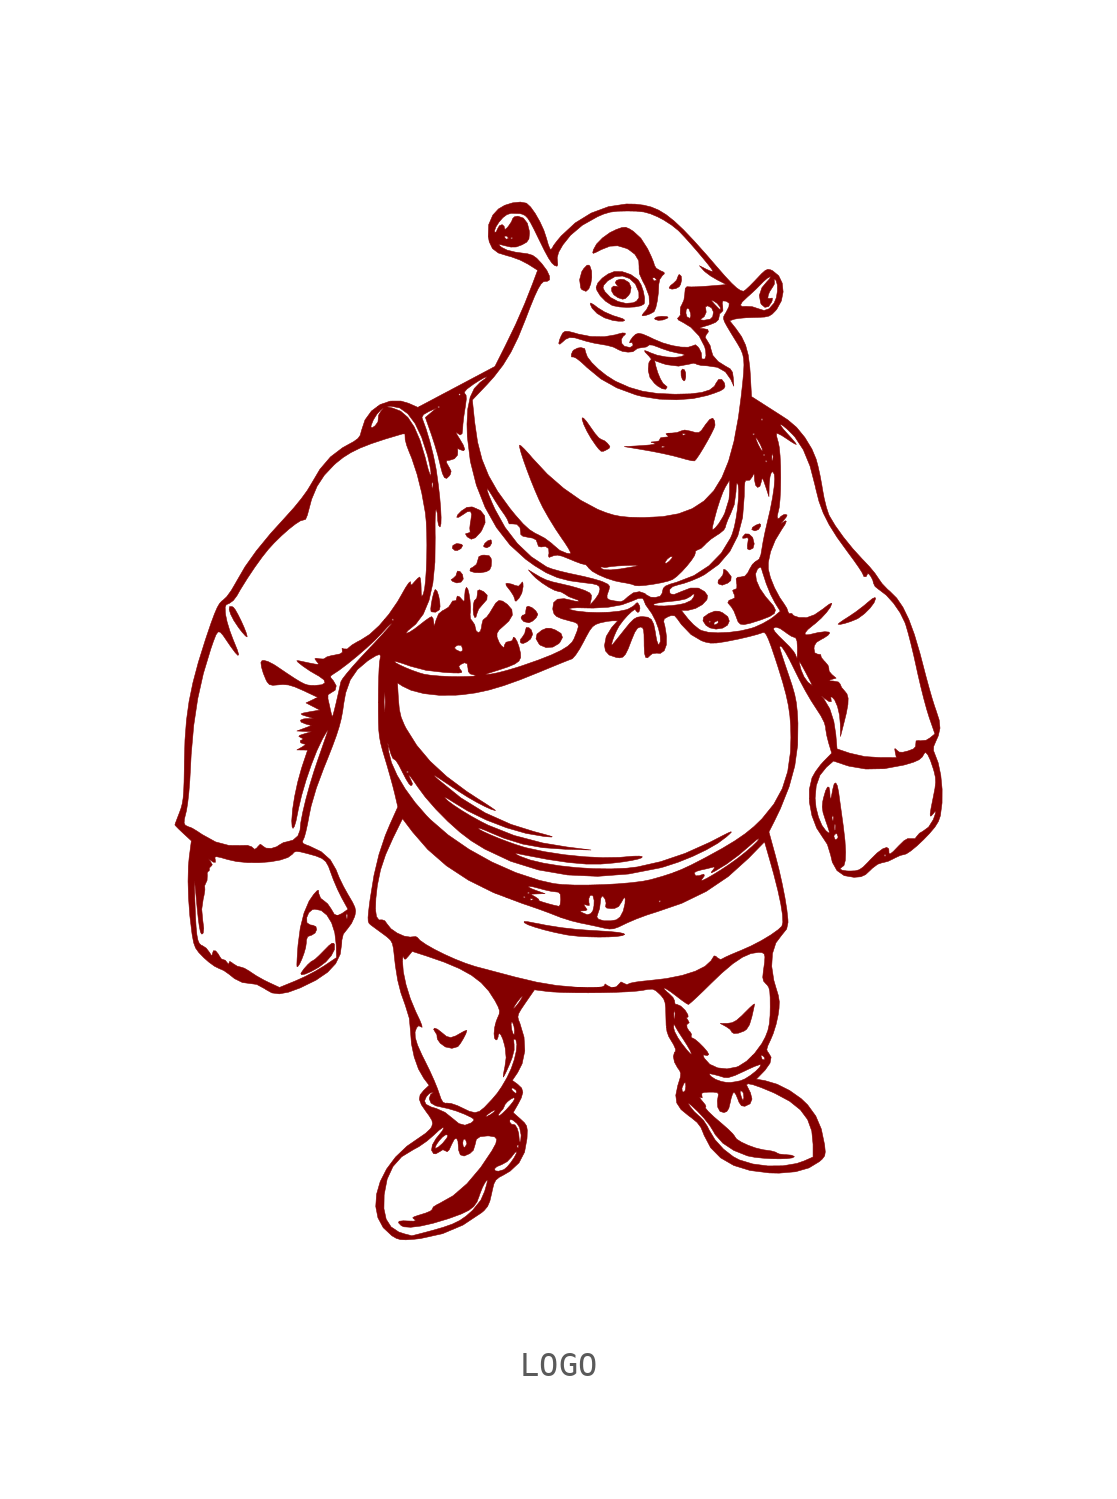
<source format=kicad_sym>
(kicad_symbol_lib
  (version 20220914)
  (generator "bitmap2component")
  (generator_version "8.0")
  (symbol "LOGO"
    (pin_names
      (offset 1.016))
    (property "Reference" "#G"
      (at 0 20.602 0)
      (effects (font (size 1.27 1.27)) hide))
    (symbol "LOGO_0_0"
      (polyline (pts (xy -5.888 -21.115) (xy -5.636 -21.088) (xy -4.727 -20.888) (xy -3.896 -20.537) (xy -3.139 -20.034) (xy -3.036 -19.947) (xy -2.895 -19.779) (xy -2.801 -19.562) (xy -2.724 -19.235) (xy -2.699 -19.114) (xy -2.637 -18.861) (xy -2.556 -18.704) (xy -2.422 -18.592) (xy -2.199 -18.472) (xy -1.974 -18.339) (xy -1.614 -18.002) (xy -1.388 -17.568) (xy -1.289 -17.024) (xy -1.284 -16.934) (xy -1.276 -16.67) (xy -1.305 -16.502) (xy -1.391 -16.371) (xy -1.553 -16.219) (xy -1.851 -15.956) (xy -1.648 -15.602) (xy -1.523 -15.36) (xy -1.458 -15.13) (xy -1.505 -14.958) (xy -1.665 -14.805) (xy -1.886 -14.644) (xy -1.669 -14.325) (xy -1.488 -13.967) (xy -1.378 -13.445) (xy -1.409 -12.882) (xy -1.58 -12.312) (xy -1.631 -12.188) (xy -1.66 -12.059) (xy -1.631 -11.929) (xy -1.531 -11.752) (xy -1.348 -11.481) (xy -0.984 -10.954) (xy -0.471 -11.02) (xy -0.242 -11.041) (xy 0.168 -11.061) (xy 0.665 -11.072) (xy 1.214 -11.075) (xy 1.778 -11.069) (xy 2.319 -11.056) (xy 2.801 -11.035) (xy 3.187 -11.007) (xy 3.441 -10.974) (xy 3.641 -10.935) (xy 3.821 -10.927) (xy 3.956 -10.986) (xy 4.114 -11.129) (xy 4.178 -11.194) (xy 4.279 -11.325) (xy 4.335 -11.477) (xy 4.361 -11.7) (xy 4.367 -11.978) (xy 4.692 -11.978) (xy 4.693 -11.92) (xy 4.706 -11.803) (xy 4.731 -11.829) (xy 4.744 -11.911) (xy 4.731 -12.127) (xy 4.723 -12.151) (xy 4.701 -12.133) (xy 4.692 -11.978) (xy 4.367 -11.978) (xy 4.369 -12.043) (xy 4.379 -12.399) (xy 4.39 -12.48) (xy 4.679 -12.48) (xy 4.696 -12.363) (xy 4.734 -12.403) (xy 4.759 -12.456) (xy 4.865 -12.641) (xy 5.012 -12.87) (xy 5.077 -12.967) (xy 5.233 -13.213) (xy 5.342 -13.401) (xy 5.377 -13.47) (xy 5.414 -13.579) (xy 5.362 -13.556) (xy 5.226 -13.408) (xy 5.015 -13.138) (xy 4.858 -12.908) (xy 4.726 -12.657) (xy 4.679 -12.48) (xy 4.39 -12.48) (xy 4.414 -12.654) (xy 4.485 -12.856) (xy 4.607 -13.063) (xy 4.68 -13.182) (xy 4.763 -13.37) (xy 4.756 -13.466) (xy 4.718 -13.501) (xy 4.674 -13.672) (xy 4.719 -13.901) (xy 4.845 -14.129) (xy 4.93 -14.245) (xy 4.974 -14.366) (xy 4.97 -14.399) (xy 6.135 -14.399) (xy 6.161 -14.372) (xy 6.329 -14.406) (xy 6.544 -14.463) (xy 6.753 -14.528) (xy 6.912 -14.53) (xy 7.185 -14.443) (xy 7.582 -14.26) (xy 7.717 -14.194) (xy 7.985 -14.074) (xy 8.171 -14.007) (xy 8.24 -14.007) (xy 8.188 -14.109) (xy 8.031 -14.269) (xy 7.816 -14.439) (xy 7.593 -14.581) (xy 7.41 -14.658) (xy 7.21 -14.698) (xy 7 -14.729) (xy 6.833 -14.725) (xy 6.638 -14.69) (xy 6.634 -14.689) (xy 6.393 -14.604) (xy 6.213 -14.487) (xy 6.135 -14.399) (xy 4.97 -14.399) (xy 4.956 -14.522) (xy 4.878 -14.777) (xy 4.854 -14.851) (xy 4.832 -14.961) (xy 5.022 -14.961) (xy 5.097 -14.781) (xy 5.124 -14.744) (xy 5.168 -14.739) (xy 5.181 -14.887) (xy 5.158 -15.048) (xy 5.097 -15.121) (xy 5.036 -15.09) (xy 5.022 -14.961) (xy 4.832 -14.961) (xy 4.772 -15.249) (xy 4.811 -15.561) (xy 4.835 -15.597) (xy 5.285 -15.597) (xy 5.299 -15.579) (xy 5.416 -15.674) (xy 5.643 -15.886) (xy 5.66 -15.902) (xy 5.924 -16.185) (xy 6.156 -16.479) (xy 6.308 -16.725) (xy 6.377 -16.849) (xy 6.688 -17.2) (xy 7.132 -17.495) (xy 7.682 -17.715) (xy 7.715 -17.724) (xy 7.978 -17.775) (xy 8.309 -17.811) (xy 8.669 -17.833) (xy 9.017 -17.839) (xy 9.314 -17.828) (xy 9.521 -17.8) (xy 9.599 -17.755) (xy 9.592 -17.736) (xy 9.476 -17.689) (xy 9.265 -17.67) (xy 9.199 -17.668) (xy 8.991 -17.643) (xy 8.884 -17.596) (xy 8.842 -17.567) (xy 8.667 -17.518) (xy 8.414 -17.481) (xy 8.316 -17.467) (xy 8.024 -17.396) (xy 7.721 -17.287) (xy 7.449 -17.161) (xy 7.253 -17.037) (xy 7.178 -16.935) (xy 7.175 -16.923) (xy 7.089 -16.812) (xy 6.91 -16.635) (xy 6.669 -16.423) (xy 6.334 -16.136) (xy 6.092 -15.906) (xy 5.977 -15.764) (xy 5.993 -15.716) (xy 6.002 -15.712) (xy 5.972 -15.636) (xy 5.855 -15.49) (xy 5.814 -15.443) (xy 5.74 -15.34) (xy 5.77 -15.334) (xy 5.85 -15.358) (xy 5.836 -15.262) (xy 5.833 -15.253) (xy 5.832 -15.169) (xy 5.93 -15.131) (xy 6.163 -15.121) (xy 6.301 -15.122) (xy 6.462 -15.141) (xy 6.512 -15.203) (xy 6.491 -15.334) (xy 6.466 -15.476) (xy 6.481 -15.734) (xy 6.575 -15.907) (xy 6.735 -15.955) (xy 6.85 -15.911) (xy 6.933 -15.781) (xy 6.996 -15.525) (xy 7.024 -15.389) (xy 7.085 -15.197) (xy 7.138 -15.121) (xy 7.152 -15.125) (xy 7.171 -15.152) (xy 7.394 -15.152) (xy 7.405 -15.058) (xy 7.484 -15.095) (xy 7.527 -15.166) (xy 7.545 -15.346) (xy 7.532 -15.407) (xy 7.503 -15.457) (xy 7.452 -15.348) (xy 7.394 -15.152) (xy 7.171 -15.152) (xy 7.226 -15.228) (xy 7.307 -15.423) (xy 7.348 -15.534) (xy 7.447 -15.676) (xy 7.581 -15.699) (xy 7.589 -15.698) (xy 7.798 -15.598) (xy 7.877 -15.405) (xy 7.814 -15.149) (xy 7.813 -15.148) (xy 7.719 -14.96) (xy 7.662 -14.845) (xy 7.654 -14.822) (xy 7.714 -14.78) (xy 7.915 -14.819) (xy 8.251 -14.936) (xy 8.716 -15.129) (xy 8.821 -15.177) (xy 9.412 -15.494) (xy 9.848 -15.844) (xy 10.143 -16.241) (xy 10.311 -16.703) (xy 10.364 -17.247) (xy 10.364 -17.764) (xy 10 -17.925) (xy 9.703 -18.028) (xy 9.139 -18.123) (xy 8.524 -18.129) (xy 7.912 -18.049) (xy 7.361 -17.882) (xy 7.117 -17.753) (xy 6.718 -17.444) (xy 6.37 -17.061) (xy 6.129 -16.66) (xy 6.059 -16.516) (xy 5.899 -16.27) (xy 5.745 -16.113) (xy 5.721 -16.097) (xy 5.528 -15.92) (xy 5.347 -15.698) (xy 5.285 -15.597) (xy 4.835 -15.597) (xy 4.985 -15.829) (xy 5.306 -16.092) (xy 5.397 -16.156) (xy 5.643 -16.358) (xy 5.796 -16.562) (xy 5.906 -16.826) (xy 5.923 -16.875) (xy 6.193 -17.387) (xy 6.598 -17.799) (xy 7.134 -18.109) (xy 7.798 -18.314) (xy 8.585 -18.413) (xy 8.98 -18.422) (xy 9.652 -18.365) (xy 10.197 -18.209) (xy 10.622 -17.951) (xy 10.738 -17.849) (xy 10.836 -17.718) (xy 10.862 -17.556) (xy 10.837 -17.294) (xy 10.833 -17.262) (xy 10.7 -16.624) (xy 10.475 -16.096) (xy 10.142 -15.638) (xy 9.88 -15.387) (xy 9.41 -15.056) (xy 8.897 -14.799) (xy 8.404 -14.653) (xy 8.053 -14.594) (xy 8.359 -14.28) (xy 8.411 -14.225) (xy 8.611 -13.94) (xy 8.655 -13.7) (xy 8.544 -13.512) (xy 8.509 -13.479) (xy 8.479 -13.387) (xy 8.52 -13.236) (xy 8.638 -12.982) (xy 8.739 -12.742) (xy 8.861 -12.355) (xy 8.943 -11.975) (xy 8.979 -11.709) (xy 8.989 -11.435) (xy 8.948 -11.178) (xy 8.849 -10.854) (xy 8.765 -10.564) (xy 8.68 -9.997) (xy 8.71 -9.48) (xy 8.85 -9.043) (xy 9.098 -8.713) (xy 9.102 -8.71) (xy 9.289 -8.477) (xy 9.345 -8.208) (xy 9.34 -8.084) (xy 9.298 -7.696) (xy 9.219 -7.202) (xy 9.108 -6.64) (xy 8.975 -6.049) (xy 8.826 -5.469) (xy 8.566 -4.523) (xy 8.784 -4.093) (xy 9.032 -3.579) (xy 9.388 -2.685) (xy 9.62 -1.833) (xy 9.737 -0.983) (xy 9.748 -0.099) (xy 9.746 -0.053) (xy 9.721 0.389) (xy 9.682 0.746) (xy 9.616 1.077) (xy 9.511 1.444) (xy 9.356 1.907) (xy 9.341 1.949) (xy 9.21 2.335) (xy 9.103 2.661) (xy 9.031 2.892) (xy 9.005 2.995) (xy 9.024 3.057) (xy 9.102 3.001) (xy 9.236 2.801) (xy 9.419 2.467) (xy 9.435 2.433) (xy 9.795 2.433) (xy 9.795 2.433) (xy 9.841 2.372) (xy 9.943 2.198) (xy 10.078 1.948) (xy 10.08 1.945) (xy 10.21 1.693) (xy 10.301 1.514) (xy 10.332 1.447) (xy 10.32 1.45) (xy 10.157 1.572) (xy 9.997 1.794) (xy 9.882 2.058) (xy 9.854 2.157) (xy 9.806 2.348) (xy 9.795 2.433) (xy 9.435 2.433) (xy 9.646 2.005) (xy 9.812 1.67) (xy 10.05 1.226) (xy 10.285 0.822) (xy 10.484 0.514) (xy 10.684 0.205) (xy 10.822 -0.069) (xy 10.874 -0.258) (xy 10.88 -0.347) (xy 10.925 -0.608) (xy 10.999 -0.899) (xy 11.124 -1.315) (xy 10.79 -1.656) (xy 10.671 -1.788) (xy 10.464 -2.065) (xy 10.325 -2.312) (xy 10.32 -2.324) (xy 10.213 -2.786) (xy 10.214 -3.149) (xy 10.449 -3.149) (xy 10.494 -2.641) (xy 10.645 -2.213) (xy 10.909 -1.886) (xy 11.196 -1.635) (xy 11.693 -1.803) (xy 11.825 -1.844) (xy 12.511 -1.961) (xy 13.264 -1.947) (xy 14.051 -1.802) (xy 14.129 -1.782) (xy 14.465 -1.68) (xy 14.68 -1.584) (xy 14.812 -1.47) (xy 14.901 -1.317) (xy 14.95 -1.283) (xy 15.037 -1.378) (xy 15.145 -1.607) (xy 15.262 -1.954) (xy 15.298 -2.077) (xy 15.347 -2.298) (xy 15.357 -2.502) (xy 15.329 -2.749) (xy 15.261 -3.101) (xy 15.239 -3.209) (xy 15.168 -3.566) (xy 15.135 -3.783) (xy 15.139 -3.877) (xy 15.181 -3.87) (xy 15.26 -3.78) (xy 15.339 -3.683) (xy 15.37 -3.677) (xy 15.333 -3.823) (xy 15.261 -4.023) (xy 15.07 -4.326) (xy 14.831 -4.5) (xy 14.698 -4.576) (xy 14.581 -4.714) (xy 14.517 -4.798) (xy 14.351 -4.798) (xy 14.225 -4.793) (xy 14.068 -4.881) (xy 13.854 -5.089) (xy 13.845 -5.099) (xy 13.634 -5.318) (xy 13.512 -5.416) (xy 13.458 -5.403) (xy 13.453 -5.288) (xy 13.448 -5.214) (xy 13.366 -5.153) (xy 13.203 -5.211) (xy 12.974 -5.38) (xy 12.874 -5.479) (xy 13.252 -5.479) (xy 13.295 -5.437) (xy 13.337 -5.479) (xy 13.295 -5.522) (xy 13.252 -5.479) (xy 12.874 -5.479) (xy 12.698 -5.652) (xy 12.604 -5.754) (xy 12.404 -5.954) (xy 12.248 -6.062) (xy 12.086 -6.107) (xy 11.87 -6.116) (xy 11.738 -6.112) (xy 11.544 -6.081) (xy 11.468 -6.031) (xy 11.471 -6.011) (xy 11.549 -5.947) (xy 11.623 -5.892) (xy 11.677 -5.687) (xy 11.691 -5.344) (xy 11.665 -4.879) (xy 11.599 -4.307) (xy 11.543 -3.901) (xy 11.486 -3.489) (xy 11.439 -3.15) (xy 11.41 -2.931) (xy 11.407 -2.908) (xy 11.353 -2.641) (xy 11.289 -2.525) (xy 11.225 -2.566) (xy 11.17 -2.771) (xy 11.118 -3.055) (xy 11.082 -3.178) (xy 11.06 -3.14) (xy 11.05 -2.947) (xy 11.047 -2.864) (xy 11.013 -2.7) (xy 10.954 -2.695) (xy 10.877 -2.84) (xy 10.792 -3.13) (xy 10.76 -3.275) (xy 10.738 -3.504) (xy 10.771 -3.734) (xy 10.838 -3.943) (xy 11.135 -3.943) (xy 11.149 -3.86) (xy 11.187 -3.892) (xy 11.2 -3.941) (xy 11.18 -4.055) (xy 11.151 -4.053) (xy 11.135 -3.943) (xy 10.838 -3.943) (xy 10.868 -4.04) (xy 10.956 -4.291) (xy 10.969 -4.332) (xy 11.227 -4.332) (xy 11.239 -4.216) (xy 11.27 -4.226) (xy 11.281 -4.265) (xy 11.27 -4.439) (xy 11.24 -4.453) (xy 11.227 -4.332) (xy 10.969 -4.332) (xy 11.019 -4.489) (xy 11.027 -4.568) (xy 10.98 -4.552) (xy 10.879 -4.465) (xy 10.726 -4.256) (xy 10.585 -3.923) (xy 10.486 -3.534) (xy 10.449 -3.149) (xy 10.214 -3.149) (xy 10.215 -3.314) (xy 10.318 -3.858) (xy 10.511 -4.366) (xy 10.739 -4.715) (xy 11.213 -4.715) (xy 11.223 -4.656) (xy 11.298 -4.587) (xy 11.337 -4.602) (xy 11.383 -4.715) (xy 11.374 -4.773) (xy 11.298 -4.842) (xy 11.259 -4.828) (xy 11.213 -4.715) (xy 10.739 -4.715) (xy 10.786 -4.785) (xy 10.948 -5.033) (xy 11.082 -5.472) (xy 11.149 -5.757) (xy 11.339 -6.097) (xy 11.632 -6.303) (xy 12.025 -6.371) (xy 12.049 -6.371) (xy 12.312 -6.349) (xy 12.502 -6.263) (xy 12.706 -6.074) (xy 12.772 -6.008) (xy 12.995 -5.84) (xy 13.183 -5.776) (xy 13.206 -5.775) (xy 13.421 -5.72) (xy 13.658 -5.606) (xy 13.694 -5.585) (xy 13.921 -5.48) (xy 14.101 -5.437) (xy 14.166 -5.415) (xy 14.348 -5.296) (xy 14.592 -5.095) (xy 14.864 -4.839) (xy 15.094 -4.601) (xy 15.326 -4.328) (xy 15.468 -4.1) (xy 15.544 -3.883) (xy 15.552 -3.849) (xy 15.618 -3.343) (xy 15.621 -2.78) (xy 15.567 -2.216) (xy 15.46 -1.705) (xy 15.306 -1.303) (xy 15.27 -1.21) (xy 15.277 -1.041) (xy 15.379 -0.801) (xy 15.466 -0.607) (xy 15.535 -0.297) (xy 15.502 0.033) (xy 15.369 0.443) (xy 15.315 0.596) (xy 15.212 0.925) (xy 15.089 1.353) (xy 14.956 1.842) (xy 14.823 2.354) (xy 14.719 2.751) (xy 14.492 3.518) (xy 14.263 4.139) (xy 14.025 4.628) (xy 13.77 5.003) (xy 13.493 5.278) (xy 13.4 5.357) (xy 13.178 5.589) (xy 13.024 5.807) (xy 13.018 5.819) (xy 12.881 6.019) (xy 12.666 6.277) (xy 12.418 6.541) (xy 12.373 6.586) (xy 11.979 7.018) (xy 11.598 7.49) (xy 11.268 7.952) (xy 11.029 8.353) (xy 10.999 8.422) (xy 10.907 8.701) (xy 10.817 9.067) (xy 10.745 9.457) (xy 10.726 9.581) (xy 10.65 9.994) (xy 10.566 10.378) (xy 10.489 10.663) (xy 10.316 11.075) (xy 10.03 11.545) (xy 9.691 11.959) (xy 9.338 12.259) (xy 9.08 12.428) (xy 8.743 12.644) (xy 8.41 12.857) (xy 7.858 13.21) (xy 7.809 14.102) (xy 7.788 14.395) (xy 7.724 14.901) (xy 7.616 15.305) (xy 7.452 15.652) (xy 7.217 15.986) (xy 6.967 16.299) (xy 7.157 16.362) (xy 7.162 16.364) (xy 7.346 16.396) (xy 7.636 16.421) (xy 7.973 16.433) (xy 8.114 16.436) (xy 8.391 16.45) (xy 8.57 16.49) (xy 8.702 16.572) (xy 8.839 16.712) (xy 8.887 16.77) (xy 9.073 17.109) (xy 9.145 17.476) (xy 9.108 17.831) (xy 8.965 18.131) (xy 8.718 18.336) (xy 8.633 18.374) (xy 8.525 18.394) (xy 8.415 18.347) (xy 8.265 18.214) (xy 8.039 17.975) (xy 7.996 17.929) (xy 7.782 17.711) (xy 7.616 17.558) (xy 7.53 17.5) (xy 7.529 17.5) (xy 7.41 17.531) (xy 7.255 17.635) (xy 7.048 17.827) (xy 6.772 18.122) (xy 6.41 18.537) (xy 6.023 18.985) (xy 5.517 19.551) (xy 5.086 20.004) (xy 4.713 20.355) (xy 4.38 20.619) (xy 4.071 20.807) (xy 3.769 20.933) (xy 3.457 21.009) (xy 3.118 21.049) (xy 2.756 21.055) (xy 2.027 20.945) (xy 1.324 20.684) (xy 0.674 20.283) (xy 0.105 19.754) (xy -0.066 19.55) (xy -0.203 19.369) (xy -0.255 19.272) (xy -0.255 19.262) (xy -0.32 19.199) (xy -0.354 19.234) (xy -0.42 19.395) (xy -0.489 19.64) (xy -0.493 19.654) (xy -0.602 19.984) (xy -0.765 20.338) (xy -0.954 20.67) (xy -1.143 20.934) (xy -1.305 21.083) (xy -1.319 21.09) (xy -1.562 21.134) (xy -1.877 21.101) (xy -2.195 21.002) (xy -2.452 20.852) (xy -2.679 20.605) (xy -2.849 20.213) (xy -2.867 19.746) (xy -2.861 19.713) (xy -2.209 19.713) (xy -2.202 19.744) (xy -2.124 19.751) (xy -2.098 19.733) (xy -2.043 19.666) (xy -1.954 19.666) (xy -1.911 19.708) (xy -1.869 19.666) (xy -1.911 19.623) (xy -1.954 19.666) (xy -2.043 19.666) (xy -2.039 19.661) (xy -2.041 19.652) (xy -2.124 19.623) (xy -2.147 19.627) (xy -2.209 19.713) (xy -2.861 19.713) (xy -2.826 19.516) (xy -2.694 19.24) (xy -2.457 19.06) (xy -2.082 18.944) (xy -1.944 18.909) (xy -1.573 18.773) (xy -1.245 18.604) (xy -0.855 18.356) (xy -1.071 17.779) (xy -1.383 16.989) (xy -1.749 16.152) (xy -2.177 15.268) (xy -2.595 14.437) (xy -4.164 13.604) (xy -4.748 13.295) (xy -4.078 13.295) (xy -4.035 13.337) (xy -3.993 13.295) (xy -4.035 13.252) (xy -4.078 13.295) (xy -4.748 13.295) (xy -5.709 12.785) (xy -4.927 12.785) (xy -4.885 12.827) (xy -4.842 12.785) (xy -4.885 12.742) (xy -4.927 12.785) (xy -5.709 12.785) (xy -5.734 12.771) (xy -6.101 12.933) (xy -6.423 13.029) (xy -6.86 13.026) (xy -7.27 12.885) (xy -7.393 12.794) (xy -6.997 12.794) (xy -6.987 12.809) (xy -6.83 12.818) (xy -6.83 12.818) (xy -6.473 12.748) (xy -6.145 12.513) (xy -5.847 12.116) (xy -5.581 11.561) (xy -5.351 10.85) (xy -5.33 10.774) (xy -5.254 10.446) (xy -5.207 10.177) (xy -5.198 10.018) (xy -5.205 9.999) (xy -5.245 10.05) (xy -5.308 10.229) (xy -5.382 10.511) (xy -5.439 10.74) (xy -5.649 11.434) (xy -5.881 11.971) (xy -6.141 12.362) (xy -6.436 12.617) (xy -6.772 12.746) (xy -6.85 12.761) (xy -6.997 12.794) (xy -7.393 12.794) (xy -7.623 12.623) (xy -7.888 12.257) (xy -7.983 11.969) (xy -7.646 11.969) (xy -7.636 12.037) (xy -7.548 12.257) (xy -7.404 12.491) (xy -7.248 12.662) (xy -7.157 12.731) (xy -7.144 12.725) (xy -7.244 12.605) (xy -7.332 12.454) (xy -7.347 12.303) (xy -7.361 12.179) (xy -7.473 12.023) (xy -7.596 11.938) (xy -7.646 11.969) (xy -7.983 11.969) (xy -8.037 11.805) (xy -8.039 11.793) (xy -8.083 11.63) (xy -8.174 11.503) (xy -8.347 11.377) (xy -8.639 11.217) (xy -8.801 11.127) (xy -9.294 10.752) (xy -9.724 10.249) (xy -10.108 9.6) (xy -10.237 9.388) (xy -10.475 9.06) (xy -10.776 8.69) (xy -11.107 8.322) (xy -11.736 7.63) (xy -12.314 6.926) (xy -12.774 6.279) (xy -13.128 5.669) (xy -13.141 5.644) (xy -13.333 5.314) (xy -13.52 5.057) (xy -13.672 4.914) (xy -13.721 4.88) (xy -13.813 4.78) (xy -13.909 4.613) (xy -14.02 4.355) (xy -14.158 3.983) (xy -14.332 3.472) (xy -14.391 3.295) (xy -14.678 2.378) (xy -14.896 1.558) (xy -15.054 0.79) (xy -15.159 0.029) (xy -15.22 -0.772) (xy -15.245 -1.657) (xy -15.249 -1.981) (xy -15.258 -2.484) (xy -15.273 -2.862) (xy -15.296 -3.147) (xy -15.331 -3.368) (xy -15.38 -3.555) (xy -15.446 -3.738) (xy -15.527 -3.947) (xy -15.602 -4.147) (xy -15.606 -4.16) (xy -15.255 -4.16) (xy -15.244 -4.003) (xy -15.177 -3.729) (xy -15.158 -3.65) (xy -15.109 -3.343) (xy -15.062 -2.924) (xy -15.023 -2.436) (xy -14.995 -1.92) (xy -14.967 -1.371) (xy -14.863 -0.18) (xy -14.7 0.906) (xy -14.471 1.929) (xy -14.169 2.928) (xy -14.061 3.241) (xy -13.958 3.504) (xy -13.873 3.625) (xy -13.783 3.615) (xy -13.667 3.483) (xy -13.502 3.241) (xy -13.367 3.043) (xy -13.174 2.781) (xy -13.063 2.667) (xy -13.033 2.702) (xy -13.086 2.886) (xy -13.221 3.218) (xy -13.252 3.293) (xy -13.394 3.671) (xy -13.504 4.034) (xy -13.563 4.314) (xy -13.577 4.44) (xy -13.582 4.636) (xy -13.539 4.733) (xy -13.433 4.779) (xy -13.415 4.785) (xy -13.252 4.903) (xy -13.104 5.099) (xy -12.964 5.346) (xy -12.685 5.794) (xy -12.378 6.254) (xy -12.077 6.672) (xy -11.82 6.995) (xy -11.584 7.252) (xy -11.286 7.544) (xy -10.99 7.807) (xy -10.723 8.016) (xy -10.516 8.149) (xy -10.396 8.182) (xy -10.306 8.21) (xy -10.234 8.381) (xy -10.062 9.027) (xy -9.839 9.557) (xy -9.543 10.008) (xy -9.151 10.423) (xy -9.06 10.505) (xy -8.774 10.732) (xy -8.459 10.93) (xy -8.087 11.113) (xy -7.631 11.292) (xy -7.063 11.48) (xy -6.357 11.69) (xy -6.26 11.69) (xy -6.255 11.577) (xy -6.25 11.456) (xy -6.188 11.219) (xy -6.08 10.937) (xy -5.984 10.705) (xy -5.764 10.041) (xy -5.654 9.599) (xy -5.168 9.599) (xy -5.157 9.716) (xy -5.126 9.706) (xy -5.114 9.667) (xy -5.126 9.493) (xy -5.155 9.479) (xy -5.168 9.599) (xy -5.654 9.599) (xy -5.575 9.284) (xy -5.431 8.488) (xy -5.427 8.464) (xy -5.393 8.105) (xy -5.373 7.658) (xy -5.367 7.159) (xy -5.373 6.646) (xy -5.391 6.154) (xy -5.42 5.722) (xy -5.459 5.386) (xy -5.507 5.182) (xy -5.54 5.109) (xy -5.577 5.073) (xy -5.595 5.169) (xy -5.601 5.415) (xy -5.607 5.588) (xy -5.628 5.785) (xy -5.657 5.862) (xy -5.737 5.807) (xy -5.866 5.67) (xy -5.969 5.553) (xy -6.019 5.539) (xy -6.03 5.649) (xy -6.041 5.672) (xy -6.111 5.611) (xy -6.234 5.429) (xy -6.394 5.146) (xy -6.559 4.859) (xy -6.915 4.341) (xy -7.104 4.12) (xy -6.796 4.12) (xy -6.753 4.162) (xy -6.711 4.12) (xy -6.753 4.078) (xy -6.796 4.12) (xy -7.104 4.12) (xy -7.304 3.885) (xy -7.697 3.523) (xy -8.065 3.289) (xy -8.194 3.224) (xy -8.417 3.092) (xy -8.546 2.985) (xy -8.61 2.928) (xy -8.751 2.932) (xy -8.822 2.957) (xy -8.813 2.869) (xy -8.809 2.793) (xy -8.904 2.728) (xy -9.138 2.679) (xy -9.248 2.66) (xy -9.439 2.607) (xy -9.514 2.555) (xy -9.58 2.52) (xy -9.748 2.531) (xy -9.88 2.552) (xy -9.93 2.529) (xy -9.856 2.424) (xy -9.814 2.373) (xy -9.782 2.322) (xy -9.812 2.302) (xy -9.929 2.315) (xy -10.161 2.36) (xy -10.534 2.439) (xy -10.589 2.45) (xy -10.664 2.45) (xy -10.62 2.392) (xy -10.449 2.255) (xy -10.408 2.224) (xy -10.119 2.027) (xy -9.833 1.861) (xy -9.764 1.823) (xy -9.558 1.672) (xy -9.517 1.552) (xy -9.639 1.473) (xy -9.922 1.444) (xy -9.937 1.444) (xy -10.09 1.447) (xy -10.221 1.463) (xy -10.357 1.507) (xy -10.525 1.593) (xy -10.754 1.732) (xy -11.069 1.94) (xy -11.497 2.23) (xy -11.611 2.302) (xy -11.839 2.418) (xy -12.002 2.463) (xy -12.083 2.453) (xy -12.128 2.377) (xy -12.102 2.187) (xy -12.029 1.938) (xy -11.917 1.667) (xy -11.873 1.585) (xy -11.781 1.48) (xy -11.643 1.449) (xy -11.397 1.469) (xy -11.232 1.482) (xy -11.003 1.463) (xy -10.748 1.386) (xy -10.406 1.237) (xy -9.812 0.958) (xy -9.934 0.901) (xy -9.396 0.901) (xy -9.394 1.062) (xy -9.275 1.142) (xy -9.101 1.252) (xy -9.059 1.428) (xy -9.174 1.633) (xy -9.277 1.753) (xy -9.287 1.83) (xy -9.182 1.904) (xy -8.938 2.065) (xy -8.593 2.325) (xy -8.207 2.638) (xy -7.825 2.969) (xy -7.486 3.282) (xy -7.233 3.542) (xy -7.177 3.605) (xy -6.984 3.813) (xy -6.849 3.944) (xy -6.797 3.972) (xy -6.835 3.914) (xy -6.974 3.751) (xy -7.121 3.587) (xy -6.211 3.587) (xy -6.141 3.677) (xy -5.971 3.815) (xy -5.818 3.943) (xy -5.512 4.351) (xy -5.28 4.906) (xy -5.122 5.611) (xy -5.038 6.466) (xy -5.027 7.474) (xy -5.03 7.623) (xy -5.032 8.022) (xy -5.026 8.339) (xy -5.012 8.544) (xy -4.991 8.609) (xy -4.978 8.595) (xy -4.942 8.457) (xy -4.927 8.235) (xy -4.925 8.163) (xy -4.894 7.976) (xy -4.838 7.9) (xy -4.824 7.907) (xy -4.793 8.029) (xy -4.787 8.287) (xy -4.804 8.655) (xy -4.842 9.108) (xy -4.9 9.62) (xy -4.976 10.167) (xy -4.993 10.273) (xy -5.1 10.804) (xy -5.242 11.367) (xy -5.4 11.896) (xy -5.556 12.322) (xy -5.566 12.367) (xy -5.502 12.479) (xy -5.291 12.6) (xy -4.97 12.746) (xy -5.199 12.553) (xy -5.428 12.36) (xy -5.188 11.681) (xy -5.175 11.643) (xy -5.043 11.239) (xy -4.923 10.828) (xy -4.839 10.491) (xy -4.819 10.398) (xy -4.732 10.075) (xy -4.649 9.906) (xy -4.56 9.877) (xy -4.455 9.976) (xy -4.411 10.041) (xy -4.379 10.171) (xy -4.46 10.334) (xy -4.477 10.359) (xy -4.571 10.528) (xy -4.556 10.602) (xy -4.428 10.619) (xy -4.244 10.678) (xy -4.118 10.825) (xy -4.109 11.002) (xy -4.119 11.032) (xy -4.11 11.091) (xy -3.991 11.042) (xy -3.873 11.002) (xy -3.824 11.06) (xy -3.882 11.233) (xy -4.047 11.512) (xy -4.123 11.632) (xy -4.182 11.745) (xy -4.157 11.744) (xy -4.013 11.647) (xy -3.932 11.699) (xy -3.908 11.907) (xy -3.898 12.083) (xy -3.863 12.39) (xy -3.812 12.724) (xy -3.794 12.832) (xy -3.76 13.106) (xy -3.769 13.262) (xy -3.823 13.337) (xy -3.84 13.392) (xy -3.733 13.518) (xy -3.474 13.71) (xy -3.246 13.857) (xy -3.046 13.972) (xy -2.941 14.017) (xy -2.93 14.01) (xy -2.991 13.941) (xy -3.15 13.823) (xy -3.192 13.794) (xy -3.436 13.539) (xy -3.603 13.184) (xy -3.625 13.073) (xy -3.514 13.073) (xy -2.913 13.705) (xy -2.632 14.017) (xy -2.263 14.496) (xy -1.942 15.02) (xy -1.645 15.629) (xy -1.347 16.365) (xy -1.157 16.861) (xy -0.979 17.295) (xy -0.836 17.599) (xy -0.72 17.791) (xy -0.62 17.888) (xy -0.528 17.906) (xy -0.471 17.902) (xy -0.369 17.965) (xy -0.374 18.122) (xy -0.478 18.347) (xy -0.678 18.615) (xy -0.697 18.637) (xy -0.892 18.845) (xy -1.058 18.964) (xy -1.263 19.027) (xy -1.571 19.068) (xy -1.76 19.094) (xy -2.096 19.176) (xy -2.314 19.284) (xy -2.393 19.349) (xy -2.44 19.404) (xy -2.365 19.4) (xy -2.147 19.345) (xy -1.947 19.301) (xy -1.725 19.305) (xy -1.489 19.393) (xy -1.301 19.5) (xy -1.209 19.634) (xy -1.189 19.858) (xy -1.194 19.959) (xy -1.273 20.27) (xy -1.436 20.481) (xy -1.661 20.558) (xy -1.796 20.535) (xy -1.869 20.465) (xy -1.869 20.463) (xy -1.92 20.334) (xy -2.039 20.156) (xy -2.094 20.089) (xy -2.183 20.016) (xy -2.209 20.079) (xy -2.219 20.146) (xy -2.299 20.215) (xy -2.41 20.173) (xy -2.493 20.031) (xy -2.537 19.923) (xy -2.598 19.899) (xy -2.613 19.961) (xy -2.555 20.122) (xy -2.429 20.318) (xy -2.269 20.501) (xy -2.107 20.622) (xy -1.936 20.676) (xy -1.581 20.665) (xy -1.472 20.637) (xy -1.363 20.583) (xy -1.262 20.482) (xy -1.15 20.308) (xy -1.006 20.032) (xy -0.81 19.63) (xy -0.791 19.592) (xy -0.574 19.151) (xy -0.407 18.845) (xy -0.276 18.652) (xy -0.167 18.551) (xy -0.066 18.52) (xy -0.036 18.585) (xy -0.05 18.753) (xy -0.059 18.866) (xy 0.002 19.093) (xy 0.171 19.388) (xy 0.487 19.784) (xy 0.968 20.191) (xy 1.585 20.538) (xy 1.837 20.646) (xy 2.103 20.724) (xy 2.402 20.761) (xy 2.803 20.77) (xy 3.165 20.763) (xy 3.472 20.73) (xy 3.739 20.657) (xy 4.035 20.532) (xy 4.275 20.406) (xy 4.609 20.191) (xy 4.871 19.98) (xy 4.936 19.915) (xy 5.143 19.697) (xy 5.386 19.426) (xy 5.643 19.131) (xy 5.886 18.842) (xy 6.092 18.59) (xy 6.233 18.404) (xy 6.286 18.313) (xy 6.282 18.306) (xy 6.189 18.323) (xy 6.01 18.401) (xy 5.734 18.542) (xy 5.904 18.352) (xy 5.969 18.289) (xy 6.192 18.122) (xy 6.455 17.967) (xy 6.837 17.773) (xy 6.116 17.714) (xy 6 17.705) (xy 5.667 17.684) (xy 5.407 17.677) (xy 5.267 17.683) (xy 5.226 17.686) (xy 5.159 17.616) (xy 5.139 17.408) (xy 5.139 17.386) (xy 5.103 17.141) (xy 5.102 17.139) (xy 6.232 17.139) (xy 6.34 17.089) (xy 6.46 17.005) (xy 6.571 16.865) (xy 6.588 16.819) (xy 6.597 16.746) (xy 6.528 16.79) (xy 6.365 16.959) (xy 6.348 16.977) (xy 6.233 17.108) (xy 6.232 17.139) (xy 5.102 17.139) (xy 5.023 16.962) (xy 4.966 16.852) (xy 4.953 16.645) (xy 4.956 16.607) (xy 5.185 16.607) (xy 5.197 16.752) (xy 5.257 16.82) (xy 5.316 16.767) (xy 5.373 16.608) (xy 5.385 16.488) (xy 5.344 16.396) (xy 5.239 16.452) (xy 5.223 16.472) (xy 5.185 16.607) (xy 4.956 16.607) (xy 4.961 16.534) (xy 4.873 16.421) (xy 4.842 16.402) (xy 4.873 16.341) (xy 5.766 16.341) (xy 5.794 16.368) (xy 5.93 16.468) (xy 6.011 16.649) (xy 5.989 16.819) (xy 5.98 16.862) (xy 6.065 16.905) (xy 6.078 16.905) (xy 6.23 16.824) (xy 6.307 16.653) (xy 6.276 16.461) (xy 6.175 16.363) (xy 5.922 16.32) (xy 5.883 16.322) (xy 5.766 16.341) (xy 4.873 16.341) (xy 4.877 16.332) (xy 5.074 16.226) (xy 5.385 16.035) (xy 5.724 15.679) (xy 5.947 15.247) (xy 5.99 15.08) (xy 6.002 14.868) (xy 5.957 14.741) (xy 5.861 14.739) (xy 5.833 14.763) (xy 5.821 14.87) (xy 5.813 14.987) (xy 5.727 15.163) (xy 5.68 15.23) (xy 5.572 15.321) (xy 5.467 15.281) (xy 5.464 15.278) (xy 5.279 15.221) (xy 4.983 15.227) (xy 4.622 15.288) (xy 4.238 15.398) (xy 3.875 15.549) (xy 3.673 15.648) (xy 3.423 15.755) (xy 3.259 15.787) (xy 3.141 15.749) (xy 3.029 15.645) (xy 3.011 15.625) (xy 2.913 15.485) (xy 2.891 15.399) (xy 2.959 15.41) (xy 2.993 15.415) (xy 3.03 15.33) (xy 3.019 15.273) (xy 2.907 15.209) (xy 2.683 15.258) (xy 2.682 15.258) (xy 2.574 15.373) (xy 2.554 15.542) (xy 2.634 15.673) (xy 2.711 15.733) (xy 2.716 15.794) (xy 2.603 15.803) (xy 2.4 15.752) (xy 2.33 15.729) (xy 1.851 15.647) (xy 1.317 15.656) (xy 0.799 15.757) (xy 0.66 15.799) (xy 0.41 15.863) (xy 0.261 15.866) (xy 0.171 15.803) (xy 0.099 15.669) (xy 0.046 15.543) (xy 0.004 15.377) (xy 0.048 15.341) (xy 0.173 15.445) (xy 0.281 15.544) (xy 0.447 15.616) (xy 0.666 15.602) (xy 0.986 15.507) (xy 1.111 15.468) (xy 1.45 15.386) (xy 1.793 15.327) (xy 1.97 15.297) (xy 2.23 15.227) (xy 2.391 15.147) (xy 2.418 15.127) (xy 2.603 15.051) (xy 2.827 15.02) (xy 3.023 15.037) (xy 3.124 15.108) (xy 3.213 15.175) (xy 3.398 15.206) (xy 3.571 15.23) (xy 3.668 15.295) (xy 3.689 15.316) (xy 3.832 15.306) (xy 4.083 15.214) (xy 4.178 15.174) (xy 4.521 15.059) (xy 4.841 14.984) (xy 4.954 14.965) (xy 5.107 14.931) (xy 5.118 14.896) (xy 5.007 14.846) (xy 4.983 14.838) (xy 4.715 14.805) (xy 4.368 14.827) (xy 4.015 14.895) (xy 3.724 15.001) (xy 3.629 15.047) (xy 3.504 15.086) (xy 3.517 15.027) (xy 3.669 14.87) (xy 3.68 14.859) (xy 3.772 14.744) (xy 3.754 14.696) (xy 3.737 14.693) (xy 3.676 14.585) (xy 3.653 14.35) (xy 3.656 14.248) (xy 3.721 13.988) (xy 3.901 13.755) (xy 4.028 13.644) (xy 4.219 13.531) (xy 4.362 13.51) (xy 4.417 13.592) (xy 4.415 13.612) (xy 4.336 13.677) (xy 4.251 13.749) (xy 4.143 13.935) (xy 4.038 14.186) (xy 3.959 14.452) (xy 3.91 14.676) (xy 4.227 14.562) (xy 4.395 14.51) (xy 4.882 14.45) (xy 5.318 14.53) (xy 5.491 14.571) (xy 5.6 14.542) (xy 5.637 14.518) (xy 5.807 14.479) (xy 6.056 14.462) (xy 6.469 14.402) (xy 6.795 14.217) (xy 7.015 13.904) (xy 7.136 13.634) (xy 7.115 13.974) (xy 7.083 14.199) (xy 6.988 14.341) (xy 6.781 14.46) (xy 6.498 14.638) (xy 6.281 14.888) (xy 6.201 15.155) (xy 6.171 15.289) (xy 6.059 15.477) (xy 6.055 15.482) (xy 5.968 15.624) (xy 6.016 15.735) (xy 6.103 15.85) (xy 6.073 15.943) (xy 5.883 15.979) (xy 5.849 15.98) (xy 5.75 15.993) (xy 5.793 16.024) (xy 5.989 16.085) (xy 6.171 16.141) (xy 6.399 16.237) (xy 6.511 16.344) (xy 6.541 16.485) (xy 6.558 16.579) (xy 6.637 16.65) (xy 6.692 16.708) (xy 6.683 16.896) (xy 6.664 17.018) (xy 6.688 17.107) (xy 6.8 17.099) (xy 6.848 17.084) (xy 6.948 17.009) (xy 6.942 16.933) (xy 7.404 16.933) (xy 7.479 17.066) (xy 7.702 17.278) (xy 7.767 17.334) (xy 8.034 17.581) (xy 8.27 17.818) (xy 8.341 17.892) (xy 8.508 18.037) (xy 8.616 18.094) (xy 8.629 18.09) (xy 8.6 18.015) (xy 8.474 17.879) (xy 8.281 17.646) (xy 8.175 17.332) (xy 8.23 17.02) (xy 8.26 16.965) (xy 8.402 16.845) (xy 8.554 16.879) (xy 8.677 17.063) (xy 8.699 17.126) (xy 8.706 17.223) (xy 8.618 17.212) (xy 8.591 17.203) (xy 8.52 17.216) (xy 8.542 17.352) (xy 8.596 17.483) (xy 8.726 17.685) (xy 8.789 17.794) (xy 8.787 17.932) (xy 8.764 17.985) (xy 8.822 17.975) (xy 8.858 17.936) (xy 8.91 17.756) (xy 8.912 17.503) (xy 8.868 17.239) (xy 8.78 17.026) (xy 8.771 17.012) (xy 8.573 16.787) (xy 8.368 16.718) (xy 8.123 16.794) (xy 7.89 16.871) (xy 7.635 16.885) (xy 7.477 16.878) (xy 7.404 16.933) (xy 6.942 16.933) (xy 6.937 16.872) (xy 6.818 16.638) (xy 6.762 16.547) (xy 6.722 16.465) (xy 6.717 16.378) (xy 6.757 16.259) (xy 6.853 16.08) (xy 7.014 15.81) (xy 7.252 15.423) (xy 7.309 15.328) (xy 7.42 15.131) (xy 7.495 14.947) (xy 7.537 14.746) (xy 7.549 14.498) (xy 7.534 14.172) (xy 7.493 13.739) (xy 7.429 13.167) (xy 7.322 12.354) (xy 7.307 12.275) (xy 8.24 12.275) (xy 8.283 12.318) (xy 8.325 12.275) (xy 8.283 12.233) (xy 8.24 12.275) (xy 7.307 12.275) (xy 7.197 11.681) (xy 7.9 11.681) (xy 7.943 11.723) (xy 7.985 11.681) (xy 7.943 11.638) (xy 7.9 11.681) (xy 7.197 11.681) (xy 7.173 11.545) (xy 8.028 11.545) (xy 8.083 11.495) (xy 8.202 11.29) (xy 8.218 11.259) (xy 8.292 11.084) (xy 8.304 10.994) (xy 8.294 10.994) (xy 8.226 11.077) (xy 8.129 11.257) (xy 8.049 11.445) (xy 8.028 11.545) (xy 7.173 11.545) (xy 7.145 11.394) (xy 6.992 10.831) (xy 8.325 10.831) (xy 8.368 10.874) (xy 8.41 10.831) (xy 8.368 10.789) (xy 8.325 10.831) (xy 6.992 10.831) (xy 6.968 10.746) (xy 8.681 10.746) (xy 8.682 10.773) (xy 8.697 10.885) (xy 8.724 10.851) (xy 8.737 10.764) (xy 8.721 10.596) (xy 8.717 10.588) (xy 8.691 10.601) (xy 8.681 10.746) (xy 6.968 10.746) (xy 6.924 10.584) (xy 6.921 10.576) (xy 8.41 10.576) (xy 8.453 10.619) (xy 8.495 10.576) (xy 8.453 10.534) (xy 8.41 10.576) (xy 6.921 10.576) (xy 6.652 9.915) (xy 6.32 9.375) (xy 5.92 8.956) (xy 5.445 8.647) (xy 4.885 8.438) (xy 4.234 8.321) (xy 3.483 8.284) (xy 3.325 8.284) (xy 2.881 8.296) (xy 2.538 8.328) (xy 2.24 8.387) (xy 1.934 8.481) (xy 1.597 8.614) (xy 0.905 8.984) (xy 0.206 9.473) (xy -0.463 10.055) (xy -1.067 10.703) (xy -1.192 10.85) (xy -1.391 11.068) (xy -1.533 11.204) (xy -1.594 11.232) (xy -1.589 11.147) (xy -1.531 10.924) (xy -1.427 10.604) (xy -1.29 10.221) (xy -1.132 9.806) (xy -0.965 9.395) (xy -0.802 9.019) (xy -0.654 8.713) (xy -0.638 8.682) (xy -0.402 8.263) (xy -0.123 7.811) (xy -0.118 7.803) (xy 6.259 7.803) (xy 6.268 7.904) (xy 6.319 8.121) (xy 6.413 8.476) (xy 6.454 8.623) (xy 6.572 8.995) (xy 6.691 9.315) (xy 6.792 9.527) (xy 6.965 9.812) (xy 6.965 9.345) (xy 6.939 9.018) (xy 6.765 8.453) (xy 6.682 8.291) (xy 6.525 8.037) (xy 6.387 7.869) (xy 6.364 7.848) (xy 6.291 7.793) (xy 6.259 7.803) (xy -0.118 7.803) (xy 0.141 7.418) (xy 0.244 7.271) (xy 0.399 7.029) (xy 0.484 6.864) (xy 0.485 6.806) (xy 0.325 6.83) (xy 0.046 6.946) (xy -0.229 7.179) (xy -0.282 7.23) (xy -0.566 7.442) (xy -0.866 7.601) (xy -0.943 7.634) (xy -1.184 7.786) (xy -1.451 8.031) (xy -1.772 8.396) (xy -1.992 8.667) (xy -2.482 9.343) (xy -2.851 9.988) (xy -3.118 10.645) (xy -3.301 11.355) (xy -3.418 12.159) (xy -3.514 13.073) (xy -3.625 13.073) (xy -3.7 12.709) (xy -3.733 12.094) (xy -3.72 11.588) (xy -3.596 10.574) (xy -3.351 9.603) (xy -3.296 9.464) (xy -2.915 9.464) (xy -2.848 9.392) (xy -2.711 9.175) (xy -2.58 8.958) (xy -2.392 8.665) (xy -2.238 8.444) (xy -2.205 8.4) (xy -2.087 8.208) (xy -2.039 8.078) (xy -2.013 8.024) (xy -1.881 8.024) (xy -1.703 8.009) (xy -1.574 7.875) (xy -1.545 7.673) (xy -1.542 7.593) (xy -1.453 7.52) (xy -1.232 7.476) (xy -1.056 7.445) (xy -0.916 7.372) (xy -0.864 7.236) (xy -0.823 7.112) (xy -0.715 7.084) (xy -0.536 7.108) (xy -0.406 7.018) (xy -0.393 6.827) (xy -0.416 6.718) (xy -0.385 6.661) (xy -0.243 6.713) (xy -0.198 6.731) (xy -0.046 6.752) (xy 0.153 6.707) (xy 0.449 6.588) (xy 0.686 6.489) (xy 0.841 6.433) (xy 4.332 6.433) (xy 4.342 6.474) (xy 4.426 6.592) (xy 4.545 6.684) (xy 4.632 6.694) (xy 4.614 6.625) (xy 4.503 6.499) (xy 4.384 6.417) (xy 4.332 6.433) (xy 0.841 6.433) (xy 0.92 6.404) (xy 1.055 6.371) (xy 1.117 6.355) (xy 1.192 6.272) (xy 1.716 6.272) (xy 1.804 6.264) (xy 1.875 6.245) (xy 1.981 6.257) (xy 1.997 6.264) (xy 2.144 6.288) (xy 2.403 6.311) (xy 2.733 6.33) (xy 3.021 6.339) (xy 3.199 6.338) (xy 3.224 6.322) (xy 3.101 6.29) (xy 3.022 6.275) (xy 2.524 6.191) (xy 2.131 6.151) (xy 1.861 6.158) (xy 1.736 6.211) (xy 1.716 6.272) (xy 1.192 6.272) (xy 1.222 6.24) (xy 1.23 6.222) (xy 1.369 6.095) (xy 1.621 5.953) (xy 1.939 5.816) (xy 2.28 5.705) (xy 2.598 5.638) (xy 2.739 5.617) (xy 2.972 5.567) (xy 3.101 5.52) (xy 3.12 5.511) (xy 3.282 5.502) (xy 3.546 5.523) (xy 3.862 5.567) (xy 4.184 5.626) (xy 4.46 5.693) (xy 4.641 5.759) (xy 4.808 5.881) (xy 5.016 6.079) (xy 5.229 6.313) (xy 5.413 6.545) (xy 5.538 6.737) (xy 5.571 6.852) (xy 5.566 6.912) (xy 5.661 6.966) (xy 5.803 7.027) (xy 5.959 7.175) (xy 6 7.222) (xy 6.21 7.406) (xy 6.46 7.573) (xy 6.554 7.631) (xy 6.728 7.776) (xy 6.796 7.895) (xy 6.813 7.978) (xy 6.89 8.188) (xy 7.009 8.446) (xy 7.153 8.807) (xy 7.226 9.338) (xy 7.226 9.338) (xy 7.236 9.594) (xy 7.261 9.691) (xy 7.302 9.637) (xy 7.312 9.607) (xy 7.334 9.384) (xy 7.324 9.053) (xy 7.288 8.663) (xy 7.23 8.262) (xy 7.157 7.898) (xy 7.074 7.618) (xy 7.002 7.449) (xy 6.628 6.836) (xy 6.126 6.321) (xy 5.513 5.92) (xy 4.807 5.648) (xy 4.539 5.57) (xy 4.354 5.492) (xy 4.264 5.402) (xy 4.25 5.35) (xy 4.519 5.35) (xy 4.648 5.472) (xy 4.899 5.551) (xy 5.095 5.6) (xy 5.411 5.71) (xy 5.734 5.849) (xy 5.939 5.955) (xy 6.521 6.374) (xy 6.976 6.904) (xy 7.3 7.543) (xy 7.495 8.291) (xy 7.561 9.147) (xy 7.561 9.199) (xy 7.566 9.527) (xy 7.586 9.718) (xy 7.624 9.799) (xy 7.687 9.8) (xy 7.786 9.806) (xy 7.894 9.951) (xy 7.902 9.97) (xy 7.95 10.067) (xy 7.972 10.027) (xy 7.98 9.833) (xy 7.98 9.814) (xy 8.023 9.599) (xy 8.107 9.51) (xy 8.198 9.556) (xy 8.259 9.748) (xy 8.273 9.832) (xy 8.301 9.877) (xy 8.348 9.79) (xy 8.429 9.557) (xy 8.568 9.132) (xy 8.575 9.557) (xy 8.58 9.678) (xy 8.611 9.946) (xy 8.662 10.111) (xy 8.723 10.151) (xy 8.786 10.044) (xy 8.802 9.854) (xy 8.778 9.527) (xy 8.715 9.1) (xy 8.62 8.604) (xy 8.495 8.07) (xy 8.408 7.694) (xy 8.329 7.305) (xy 8.277 6.994) (xy 8.239 6.771) (xy 8.168 6.589) (xy 8.059 6.514) (xy 8.032 6.503) (xy 7.97 6.446) (xy 8.54 6.446) (xy 8.633 6.889) (xy 8.823 7.359) (xy 9.093 7.806) (xy 9.218 7.995) (xy 9.275 8.129) (xy 9.231 8.152) (xy 9.087 8.049) (xy 9.064 8.031) (xy 9.069 8.054) (xy 9.169 8.176) (xy 9.267 8.295) (xy 9.307 8.386) (xy 9.237 8.41) (xy 9.169 8.401) (xy 9.047 8.325) (xy 9.001 8.263) (xy 8.927 8.236) (xy 8.903 8.331) (xy 8.945 8.516) (xy 8.985 8.689) (xy 9.019 9.018) (xy 9.04 9.437) (xy 9.047 9.904) (xy 9.041 10.374) (xy 9.021 10.805) (xy 8.987 11.153) (xy 8.941 11.376) (xy 8.926 11.418) (xy 8.876 11.609) (xy 8.878 11.71) (xy 8.929 11.704) (xy 9.087 11.626) (xy 9.303 11.485) (xy 9.462 11.378) (xy 9.622 11.281) (xy 9.684 11.261) (xy 9.684 11.263) (xy 9.626 11.348) (xy 9.481 11.518) (xy 9.281 11.739) (xy 9.159 11.876) (xy 9.046 12.026) (xy 9.042 12.076) (xy 9.131 12.03) (xy 9.299 11.892) (xy 9.531 11.666) (xy 9.629 11.558) (xy 9.967 11.044) (xy 10.241 10.379) (xy 10.453 9.559) (xy 10.472 9.467) (xy 10.605 8.944) (xy 10.781 8.465) (xy 11.019 7.992) (xy 11.34 7.481) (xy 11.764 6.894) (xy 11.783 6.868) (xy 12.025 6.54) (xy 12.222 6.259) (xy 12.354 6.054) (xy 12.403 5.954) (xy 12.436 5.877) (xy 12.524 5.874) (xy 12.575 5.968) (xy 12.585 6.002) (xy 12.642 5.981) (xy 12.723 5.876) (xy 12.796 5.735) (xy 12.827 5.605) (xy 12.89 5.475) (xy 13.05 5.346) (xy 13.057 5.343) (xy 13.347 5.121) (xy 13.646 4.79) (xy 13.913 4.401) (xy 14.107 4.005) (xy 14.145 3.896) (xy 14.238 3.576) (xy 14.348 3.153) (xy 14.464 2.669) (xy 14.576 2.166) (xy 14.623 1.946) (xy 14.746 1.416) (xy 14.874 0.905) (xy 14.995 0.463) (xy 15.095 0.139) (xy 15.327 -0.53) (xy 15.123 -0.695) (xy 14.969 -0.788) (xy 14.724 -0.811) (xy 14.67 -0.799) (xy 14.56 -0.814) (xy 14.548 -0.944) (xy 14.542 -1.045) (xy 14.451 -1.143) (xy 14.229 -1.226) (xy 14.022 -1.277) (xy 13.878 -1.272) (xy 13.777 -1.194) (xy 13.727 -1.139) (xy 13.689 -1.136) (xy 13.711 -1.278) (xy 13.757 -1.495) (xy 13.058 -1.491) (xy 12.464 -1.453) (xy 11.851 -1.313) (xy 11.341 -1.14) (xy 11.291 -0.549) (xy 11.21 -0.02) (xy 11.043 0.497) (xy 10.807 0.889) (xy 10.719 0.995) (xy 10.717 1.012) (xy 10.838 0.913) (xy 11.014 0.789) (xy 11.107 0.782) (xy 11.096 0.896) (xy 11.08 0.968) (xy 11.138 0.971) (xy 11.245 0.851) (xy 11.36 0.587) (xy 11.441 0.239) (xy 11.475 -0.146) (xy 11.482 -0.637) (xy 11.643 0) (xy 11.72 0.315) (xy 11.785 0.672) (xy 11.793 0.923) (xy 11.745 1.099) (xy 11.638 1.232) (xy 11.527 1.361) (xy 11.468 1.5) (xy 11.397 1.584) (xy 11.192 1.623) (xy 11.046 1.63) (xy 11.004 1.649) (xy 11.11 1.686) (xy 11.304 1.742) (xy 11.128 1.892) (xy 11.022 2.018) (xy 11.005 2.13) (xy 11.01 2.141) (xy 10.974 2.261) (xy 10.844 2.417) (xy 10.818 2.441) (xy 10.701 2.582) (xy 10.681 2.667) (xy 10.678 2.698) (xy 10.565 2.718) (xy 10.545 2.719) (xy 10.431 2.775) (xy 10.402 2.951) (xy 10.416 3.061) (xy 10.508 3.205) (xy 10.725 3.334) (xy 10.798 3.371) (xy 10.973 3.487) (xy 11.043 3.579) (xy 11.01 3.618) (xy 10.844 3.633) (xy 10.569 3.598) (xy 10.215 3.515) (xy 10.194 3.51) (xy 10.051 3.505) (xy 10.038 3.58) (xy 10.149 3.72) (xy 10.375 3.906) (xy 10.447 3.96) (xy 10.691 4.178) (xy 10.91 4.415) (xy 11.068 4.63) (xy 11.128 4.781) (xy 11.12 4.793) (xy 11.026 4.755) (xy 10.863 4.634) (xy 10.786 4.571) (xy 10.426 4.324) (xy 10.111 4.208) (xy 9.809 4.211) (xy 9.771 4.219) (xy 9.589 4.28) (xy 9.514 4.347) (xy 9.508 4.374) (xy 9.429 4.375) (xy 9.389 4.365) (xy 9.345 4.443) (xy 9.345 4.444) (xy 9.295 4.592) (xy 9.176 4.779) (xy 9.007 5.025) (xy 8.794 5.424) (xy 8.629 5.834) (xy 8.541 6.186) (xy 8.54 6.446) (xy 7.97 6.446) (xy 7.893 6.375) (xy 7.771 6.167) (xy 7.713 6.044) (xy 7.591 5.9) (xy 7.421 5.862) (xy 7.294 5.852) (xy 7.231 5.785) (xy 7.25 5.607) (xy 7.261 5.547) (xy 7.258 5.394) (xy 7.173 5.352) (xy 7.148 5.351) (xy 7.088 5.31) (xy 7.139 5.176) (xy 7.165 5.125) (xy 7.178 5.012) (xy 7.057 4.953) (xy 6.939 4.908) (xy 6.892 4.811) (xy 7.008 4.673) (xy 7.031 4.65) (xy 7.139 4.476) (xy 7.234 4.237) (xy 7.241 4.214) (xy 7.309 4.038) (xy 7.401 3.943) (xy 7.551 3.923) (xy 7.793 3.973) (xy 8.16 4.088) (xy 8.259 4.121) (xy 8.599 4.252) (xy 8.787 4.375) (xy 8.833 4.513) (xy 8.747 4.69) (xy 8.542 4.931) (xy 8.433 5.055) (xy 8.198 5.395) (xy 8.057 5.718) (xy 8.022 5.992) (xy 8.103 6.186) (xy 8.133 6.215) (xy 8.223 6.27) (xy 8.266 6.195) (xy 8.298 6.08) (xy 8.457 5.591) (xy 8.637 5.147) (xy 8.814 4.809) (xy 9.028 4.468) (xy 8.755 4.239) (xy 8.613 4.138) (xy 8.317 3.968) (xy 7.999 3.823) (xy 7.828 3.765) (xy 7.696 3.734) (xy 8.75 3.734) (xy 8.757 3.775) (xy 8.849 3.821) (xy 9.022 3.763) (xy 9.244 3.61) (xy 9.286 3.576) (xy 9.476 3.449) (xy 9.612 3.398) (xy 9.656 3.382) (xy 9.71 3.251) (xy 9.727 2.973) (xy 9.726 2.821) (xy 9.72 2.625) (xy 9.711 2.549) (xy 9.693 2.577) (xy 9.645 2.708) (xy 9.568 2.834) (xy 9.396 3.034) (xy 9.172 3.256) (xy 8.961 3.463) (xy 8.808 3.635) (xy 8.75 3.734) (xy 7.696 3.734) (xy 7.406 3.667) (xy 6.942 3.607) (xy 6.489 3.587) (xy 6.095 3.611) (xy 5.813 3.682) (xy 5.718 3.737) (xy 5.49 3.922) (xy 5.275 4.152) (xy 4.998 4.502) (xy 5.221 4.502) (xy 5.28 4.505) (xy 5.578 4.581) (xy 5.852 4.735) (xy 6.031 4.926) (xy 6.047 4.959) (xy 6.063 5.107) (xy 5.948 5.265) (xy 5.698 5.409) (xy 5.37 5.41) (xy 4.979 5.261) (xy 4.958 5.25) (xy 4.705 5.149) (xy 4.565 5.17) (xy 4.532 5.21) (xy 4.519 5.35) (xy 4.25 5.35) (xy 4.231 5.277) (xy 4.218 5.203) (xy 4.137 5.078) (xy 3.943 5.029) (xy 3.749 5.039) (xy 3.571 5.135) (xy 3.513 5.191) (xy 3.292 5.264) (xy 3.042 5.216) (xy 2.819 5.054) (xy 2.809 5.043) (xy 2.652 4.905) (xy 2.528 4.855) (xy 2.292 4.885) (xy 2.072 4.929) (xy 1.975 4.997) (xy 1.972 5.115) (xy 2.038 5.308) (xy 2.053 5.349) (xy 2.076 5.48) (xy 2.004 5.569) (xy 1.805 5.664) (xy 1.701 5.702) (xy 1.41 5.787) (xy 1.037 5.88) (xy 0.637 5.966) (xy 0.41 6.014) (xy 0.035 6.104) (xy -0.275 6.192) (xy -0.467 6.264) (xy -0.499 6.28) (xy -1.11 6.683) (xy -1.679 7.225) (xy -2.182 7.881) (xy -2.594 8.622) (xy -2.718 8.897) (xy -2.848 9.208) (xy -2.914 9.4) (xy -2.915 9.464) (xy -3.296 9.464) (xy -2.993 8.696) (xy -2.532 7.876) (xy -1.979 7.165) (xy -1.341 6.584) (xy -0.982 6.325) (xy -0.506 6.035) (xy -0.05 5.837) (xy 0.441 5.708) (xy 1.022 5.628) (xy 1.07 5.623) (xy 1.38 5.585) (xy 1.561 5.541) (xy 1.65 5.479) (xy 1.682 5.383) (xy 1.684 5.367) (xy 1.633 5.173) (xy 1.49 4.958) (xy 1.271 4.715) (xy 1.325 4.949) (xy 1.327 4.958) (xy 1.34 5.114) (xy 1.265 5.215) (xy 1.065 5.314) (xy 0.833 5.394) (xy 0.498 5.489) (xy 0.142 5.573) (xy 0.11 5.58) (xy -0.246 5.662) (xy -0.508 5.745) (xy -0.743 5.856) (xy -1.019 6.02) (xy -1.232 6.152) (xy -1.062 5.952) (xy -0.93 5.82) (xy -0.685 5.627) (xy -0.412 5.449) (xy -0.163 5.318) (xy 0.011 5.267) (xy 0.098 5.252) (xy 0.271 5.154) (xy 0.409 5.062) (xy 0.627 4.98) (xy 0.631 4.979) (xy 0.786 4.923) (xy 0.825 4.875) (xy 0.806 4.867) (xy 0.664 4.878) (xy 0.446 4.931) (xy 0.224 4.979) (xy -0.046 4.957) (xy -0.204 4.818) (xy -0.239 4.569) (xy 0.432 4.569) (xy 0.531 4.596) (xy 0.769 4.608) (xy 1.136 4.6) (xy 1.41 4.595) (xy 2.034 4.631) (xy 2.58 4.73) (xy 3.006 4.886) (xy 3.245 4.987) (xy 3.422 4.996) (xy 3.483 4.891) (xy 3.484 4.875) (xy 3.54 4.745) (xy 3.857 4.745) (xy 3.865 4.752) (xy 3.992 4.793) (xy 4.235 4.834) (xy 4.55 4.866) (xy 4.872 4.9) (xy 5.184 4.969) (xy 5.37 5.07) (xy 5.476 5.161) (xy 5.524 5.17) (xy 5.51 5.057) (xy 5.404 4.909) (xy 5.139 4.787) (xy 5.132 4.785) (xy 4.895 4.735) (xy 4.611 4.699) (xy 4.321 4.681) (xy 4.071 4.682) (xy 3.901 4.703) (xy 3.857 4.745) (xy 3.54 4.745) (xy 3.551 4.721) (xy 3.685 4.53) (xy 3.8 4.368) (xy 3.95 4.078) (xy 4.066 3.763) (xy 4.136 3.468) (xy 4.147 3.235) (xy 4.088 3.107) (xy 4.055 3.124) (xy 4.001 3.263) (xy 3.956 3.499) (xy 3.94 3.615) (xy 3.873 3.938) (xy 3.779 4.13) (xy 3.634 4.223) (xy 3.416 4.247) (xy 3.355 4.246) (xy 3.2 4.222) (xy 3.061 4.144) (xy 2.901 3.985) (xy 2.681 3.716) (xy 2.634 3.656) (xy 2.433 3.403) (xy 2.276 3.207) (xy 2.194 3.106) (xy 2.171 3.085) (xy 2.159 3.127) (xy 2.195 3.266) (xy 2.265 3.46) (xy 2.356 3.667) (xy 2.453 3.847) (xy 2.48 3.889) (xy 2.634 4.096) (xy 2.809 4.293) (xy 2.974 4.45) (xy 3.095 4.535) (xy 3.143 4.518) (xy 3.148 4.484) (xy 3.228 4.417) (xy 3.276 4.447) (xy 3.313 4.582) (xy 3.3 4.68) (xy 3.228 4.8) (xy 3.196 4.814) (xy 3.143 4.778) (xy 3.137 4.761) (xy 3.034 4.669) (xy 2.843 4.561) (xy 2.759 4.529) (xy 2.455 4.466) (xy 2.052 4.427) (xy 1.599 4.413) (xy 1.147 4.428) (xy 0.743 4.472) (xy 0.688 4.481) (xy 0.481 4.53) (xy 0.432 4.569) (xy -0.239 4.569) (xy -0.239 4.569) (xy -0.233 4.52) (xy -0.189 4.364) (xy -0.084 4.254) (xy 0.116 4.165) (xy 0.448 4.072) (xy 0.655 4.016) (xy 0.775 3.95) (xy 0.804 3.84) (xy 0.75 3.648) (xy 0.624 3.337) (xy 0.546 3.206) (xy 0.371 3.04) (xy 0.097 2.87) (xy -0.293 2.687) (xy -0.815 2.482) (xy -1.487 2.247) (xy -1.723 2.171) (xy -2.122 2.053) (xy -2.472 1.962) (xy -2.718 1.914) (xy -2.776 1.907) (xy -2.943 1.889) (xy -2.973 1.898) (xy -2.859 1.941) (xy -2.591 2.026) (xy -2.487 2.058) (xy -2.066 2.197) (xy -1.782 2.317) (xy -1.616 2.437) (xy -1.547 2.58) (xy -1.554 2.767) (xy -1.615 3.019) (xy -1.691 3.232) (xy -1.775 3.375) (xy -1.842 3.411) (xy -1.869 3.313) (xy -1.901 3.264) (xy -2.039 3.228) (xy -2.139 3.205) (xy -2.209 3.083) (xy -2.209 3.043) (xy -2.236 2.983) (xy -2.33 3.061) (xy -2.417 3.185) (xy -2.505 3.401) (xy -2.511 3.427) (xy -2.509 3.571) (xy -2.419 3.711) (xy -2.213 3.894) (xy -2.028 4.066) (xy -1.884 4.309) (xy -1.906 4.536) (xy -2.093 4.751) (xy -2.283 4.88) (xy -2.432 4.904) (xy -2.563 4.797) (xy -2.718 4.545) (xy -2.8 4.407) (xy -2.928 4.231) (xy -3.017 4.162) (xy -3.081 4.106) (xy -3.124 3.943) (xy -3.147 3.783) (xy -3.191 3.644) (xy -3.271 3.596) (xy -3.358 3.664) (xy -3.398 3.817) (xy -3.417 3.914) (xy -3.527 4.079) (xy -3.589 4.158) (xy -3.606 4.345) (xy -3.591 4.43) (xy -3.588 4.65) (xy -3.609 4.914) (xy -3.647 5.168) (xy -3.696 5.361) (xy -3.748 5.437) (xy -3.761 5.432) (xy -3.806 5.323) (xy -3.825 5.118) (xy -3.826 5.103) (xy -3.835 4.915) (xy -3.868 4.871) (xy -3.941 4.948) (xy -4.032 5.051) (xy -4.129 5.085) (xy -4.162 4.965) (xy -4.176 4.904) (xy -4.253 4.888) (xy -4.319 4.886) (xy -4.389 4.771) (xy -4.484 4.631) (xy -4.67 4.516) (xy -4.717 4.497) (xy -4.887 4.361) (xy -4.993 4.107) (xy -5.003 4.07) (xy -5.053 3.902) (xy -5.078 3.887) (xy -5.088 4.014) (xy -5.115 4.174) (xy -5.173 4.247) (xy -5.255 4.208) (xy -5.433 4.085) (xy -5.66 3.908) (xy -5.861 3.752) (xy -6.066 3.619) (xy -6.191 3.568) (xy -6.211 3.587) (xy -7.121 3.587) (xy -7.196 3.504) (xy -7.482 3.194) (xy -7.69 2.975) (xy -4.246 2.975) (xy -4.167 3.053) (xy -4.101 3.086) (xy -3.962 3.075) (xy -3.908 2.926) (xy -3.914 2.865) (xy -3.991 2.81) (xy -4.162 2.89) (xy -4.174 2.897) (xy -4.246 2.975) (xy -7.69 2.975) (xy -7.814 2.843) (xy -8.08 2.56) (xy -8.386 2.221) (xy -8.633 1.93) (xy -8.802 1.712) (xy -8.871 1.59) (xy -8.872 1.584) (xy -8.912 1.401) (xy -8.976 1.115) (xy -9.051 0.786) (xy -9.063 0.733) (xy -9.133 0.447) (xy -9.187 0.246) (xy -9.216 0.17) (xy -9.246 0.241) (xy -9.287 0.415) (xy -9.331 0.621) (xy -9.39 0.874) (xy -9.396 0.901) (xy -9.934 0.901) (xy -10.051 0.845) (xy -10.29 0.732) (xy -10.008 0.586) (xy -9.727 0.441) (xy -10.066 0.383) (xy -10.152 0.369) (xy -10.397 0.322) (xy -10.491 0.284) (xy -10.447 0.244) (xy -10.279 0.189) (xy -9.982 0.1) (xy -10.258 0.093) (xy -10.382 0.082) (xy -10.516 0.029) (xy -10.49 -0.049) (xy -10.3 -0.128) (xy -10.066 -0.19) (xy -10.364 -0.301) (xy -10.661 -0.412) (xy -10.364 -0.426) (xy -10.066 -0.44) (xy -10.364 -0.528) (xy -10.545 -0.588) (xy -10.583 -0.633) (xy -10.491 -0.684) (xy -10.407 -0.73) (xy -10.428 -0.759) (xy -10.43 -0.759) (xy -10.527 -0.809) (xy -10.507 -0.892) (xy -10.385 -0.938) (xy -10.341 -0.941) (xy -10.321 -0.976) (xy -10.449 -1.062) (xy -10.661 -1.183) (xy -10.443 -1.186) (xy -10.224 -1.189) (xy -10.431 -1.805) (xy -10.476 -1.944) (xy -10.629 -2.497) (xy -10.753 -3.075) (xy -10.838 -3.616) (xy -10.871 -4.061) (xy -10.871 -4.086) (xy -10.857 -4.311) (xy -10.819 -4.379) (xy -10.763 -4.297) (xy -10.696 -4.075) (xy -10.624 -3.72) (xy -10.599 -3.587) (xy -10.465 -3.022) (xy -10.283 -2.401) (xy -10.071 -1.781) (xy -9.849 -1.217) (xy -9.634 -0.765) (xy -9.597 -0.696) (xy -9.473 -0.48) (xy -9.4 -0.367) (xy -9.391 -0.382) (xy -9.396 -0.397) (xy -9.453 -0.564) (xy -9.552 -0.848) (xy -9.679 -1.215) (xy -9.823 -1.629) (xy -9.965 -2.052) (xy -10.144 -2.639) (xy -10.299 -3.205) (xy -10.421 -3.716) (xy -10.502 -4.137) (xy -10.532 -4.434) (xy -10.533 -4.451) (xy -10.62 -4.683) (xy -10.82 -4.858) (xy -11.077 -4.927) (xy -11.207 -4.955) (xy -11.395 -5.065) (xy -11.478 -5.124) (xy -11.702 -5.194) (xy -11.923 -5.182) (xy -12.069 -5.087) (xy -12.082 -5.067) (xy -12.156 -5.025) (xy -12.255 -5.126) (xy -12.288 -5.169) (xy -12.378 -5.233) (xy -12.471 -5.16) (xy -12.502 -5.129) (xy -12.676 -5.07) (xy -12.977 -5.076) (xy -13.432 -5.072) (xy -13.971 -4.93) (xy -14.517 -4.629) (xy -14.72 -4.494) (xy -14.913 -4.377) (xy -15.013 -4.331) (xy -15.052 -4.324) (xy -15.191 -4.259) (xy -15.211 -4.244) (xy -15.255 -4.16) (xy -15.606 -4.16) (xy -15.631 -4.236) (xy -15.604 -4.273) (xy -15.482 -4.399) (xy -15.295 -4.576) (xy -14.96 -4.885) (xy -15.049 -5.564) (xy -15.081 -5.914) (xy -15.095 -6.527) (xy -15.094 -6.565) (xy -14.834 -6.565) (xy -14.828 -6.539) (xy -14.813 -6.66) (xy -14.789 -6.923) (xy -14.78 -7.018) (xy -14.724 -7.626) (xy -14.676 -8.081) (xy -14.632 -8.399) (xy -14.59 -8.594) (xy -14.547 -8.681) (xy -14.502 -8.675) (xy -14.477 -8.636) (xy -14.455 -8.448) (xy -14.496 -8.121) (xy -14.537 -7.673) (xy -14.476 -7.249) (xy -14.443 -7.106) (xy -14.409 -6.887) (xy -14.414 -6.771) (xy -14.423 -6.724) (xy -14.366 -6.595) (xy -14.32 -6.497) (xy -14.311 -6.301) (xy -14.315 -6.186) (xy -14.262 -6.116) (xy -14.236 -6.112) (xy -14.225 -6.039) (xy -14.235 -6.003) (xy -14.166 -5.925) (xy -14.157 -5.922) (xy -14.108 -5.859) (xy -14.182 -5.727) (xy -14.216 -5.682) (xy -14.255 -5.617) (xy -14.187 -5.67) (xy -14.07 -5.754) (xy -13.979 -5.76) (xy -13.986 -5.649) (xy -13.993 -5.629) (xy -14.002 -5.553) (xy -13.938 -5.531) (xy -13.771 -5.564) (xy -13.472 -5.65) (xy -13.116 -5.729) (xy -12.666 -5.773) (xy -12.194 -5.775) (xy -11.737 -5.739) (xy -11.335 -5.667) (xy -11.025 -5.563) (xy -10.844 -5.43) (xy -10.842 -5.427) (xy -10.771 -5.346) (xy -10.676 -5.316) (xy -10.512 -5.337) (xy -10.232 -5.406) (xy -9.883 -5.504) (xy -9.641 -5.603) (xy -9.485 -5.732) (xy -9.373 -5.927) (xy -9.265 -6.222) (xy -9.176 -6.464) (xy -9.005 -6.865) (xy -8.833 -7.213) (xy -8.58 -7.672) (xy -8.771 -7.808) (xy -8.826 -7.845) (xy -9.009 -7.93) (xy -9.138 -7.877) (xy -9.259 -7.672) (xy -9.265 -7.661) (xy -9.41 -7.45) (xy -9.578 -7.313) (xy -9.693 -7.227) (xy -9.772 -7.031) (xy -9.773 -6.99) (xy -9.786 -6.898) (xy -9.843 -6.922) (xy -9.977 -7.068) (xy -10.164 -7.34) (xy -10.37 -7.825) (xy -10.523 -8.431) (xy -10.615 -9.132) (xy -10.634 -9.378) (xy -10.653 -9.696) (xy -10.662 -9.919) (xy -10.657 -10.011) (xy -10.627 -10.009) (xy -10.551 -9.902) (xy -10.46 -9.706) (xy -10.372 -9.469) (xy -10.305 -9.236) (xy -10.279 -9.056) (xy -10.273 -8.923) (xy -10.22 -8.786) (xy -10.088 -8.735) (xy -10.059 -8.729) (xy -9.92 -8.641) (xy -9.858 -8.505) (xy -9.886 -8.38) (xy -10.013 -8.325) (xy -10.117 -8.31) (xy -10.239 -8.235) (xy -10.255 -8.204) (xy -10.26 -8.01) (xy -10.175 -7.811) (xy -10.035 -7.691) (xy -9.933 -7.67) (xy -9.671 -7.722) (xy -9.438 -7.913) (xy -9.424 -7.936) (xy -8.658 -7.936) (xy -8.645 -7.852) (xy -8.607 -7.884) (xy -8.593 -7.934) (xy -8.614 -8.047) (xy -8.643 -8.046) (xy -8.658 -7.936) (xy -9.424 -7.936) (xy -9.248 -8.223) (xy -9.118 -8.628) (xy -9.062 -9.108) (xy -9.047 -9.641) (xy -9.557 -9.983) (xy -9.56 -9.985) (xy -9.906 -10.194) (xy -10.322 -10.412) (xy -10.719 -10.591) (xy -11.37 -10.857) (xy -11.822 -10.647) (xy -12.003 -10.558) (xy -12.309 -10.386) (xy -12.545 -10.231) (xy -12.594 -10.195) (xy -12.804 -10.073) (xy -12.964 -10.024) (xy -13.087 -9.994) (xy -13.267 -9.883) (xy -13.303 -9.852) (xy -13.398 -9.795) (xy -13.425 -9.862) (xy -13.445 -9.918) (xy -13.515 -9.831) (xy -13.58 -9.75) (xy -13.67 -9.722) (xy -13.742 -9.694) (xy -13.833 -9.554) (xy -13.856 -9.507) (xy -13.968 -9.37) (xy -14.062 -9.363) (xy -14.105 -9.493) (xy -14.108 -9.532) (xy -14.144 -9.551) (xy -14.23 -9.419) (xy -14.355 -9.256) (xy -14.512 -9.154) (xy -14.562 -9.134) (xy -14.636 -9.065) (xy -14.692 -8.933) (xy -14.734 -8.717) (xy -14.766 -8.395) (xy -14.792 -7.946) (xy -14.815 -7.348) (xy -14.823 -7.086) (xy -14.833 -6.746) (xy -14.834 -6.565) (xy -15.094 -6.565) (xy -15.075 -7.221) (xy -15.022 -7.944) (xy -14.937 -8.647) (xy -14.923 -8.737) (xy -14.866 -9.04) (xy -14.788 -9.251) (xy -14.66 -9.432) (xy -14.452 -9.646) (xy -14.252 -9.823) (xy -14.019 -9.993) (xy -13.847 -10.079) (xy -13.638 -10.17) (xy -13.422 -10.322) (xy -13.201 -10.499) (xy -12.881 -10.657) (xy -12.527 -10.704) (xy -12.297 -10.735) (xy -11.962 -10.916) (xy -11.936 -10.938) (xy -11.678 -11.081) (xy -11.377 -11.119) (xy -11.003 -11.051) (xy -10.528 -10.877) (xy -10.519 -10.873) (xy -9.885 -10.563) (xy -9.41 -10.239) (xy -9.083 -9.889) (xy -8.895 -9.501) (xy -8.835 -9.065) (xy -8.83 -8.933) (xy -8.771 -8.687) (xy -8.621 -8.494) (xy -8.608 -8.481) (xy -8.437 -8.25) (xy -8.314 -7.981) (xy -8.29 -7.894) (xy -8.269 -7.743) (xy -8.299 -7.591) (xy -8.393 -7.391) (xy -8.566 -7.095) (xy -8.571 -7.088) (xy -8.763 -6.743) (xy -8.936 -6.388) (xy -9.052 -6.1) (xy -9.065 -6.064) (xy -9.301 -5.657) (xy -9.673 -5.327) (xy -10.158 -5.095) (xy -10.258 -5.061) (xy -10.407 -4.993) (xy -10.435 -4.912) (xy -10.372 -4.772) (xy -10.351 -4.718) (xy -10.294 -4.507) (xy -10.226 -4.198) (xy -10.158 -3.835) (xy -10.081 -3.465) (xy -9.869 -2.738) (xy -9.566 -1.924) (xy -9.413 -1.546) (xy -9.207 -1.02) (xy -9.052 -0.597) (xy -8.939 -0.244) (xy -8.858 0.071) (xy -8.798 0.382) (xy -8.75 0.722) (xy -8.674 1.143) (xy -8.486 1.67) (xy -8.194 2.093) (xy -7.782 2.442) (xy -7.672 2.515) (xy -7.43 2.661) (xy -7.297 2.703) (xy -7.253 2.644) (xy -7.28 2.485) (xy -7.289 2.427) (xy -6.691 2.427) (xy -6.687 2.428) (xy -6.579 2.407) (xy -6.359 2.34) (xy -6.071 2.24) (xy -6.026 2.224) (xy -5.401 2.06) (xy -4.672 1.976) (xy -4.653 1.974) (xy -4.288 1.954) (xy -4.066 1.951) (xy -3.959 1.967) (xy -3.942 2.007) (xy -3.987 2.074) (xy -4.02 2.115) (xy -4.066 2.22) (xy -3.987 2.299) (xy -3.839 2.368) (xy -3.725 2.331) (xy -3.692 2.145) (xy -3.681 2.012) (xy -3.6 1.914) (xy -3.398 1.859) (xy -3.39 1.857) (xy -3.362 1.837) (xy -3.482 1.82) (xy -3.727 1.808) (xy -4.078 1.802) (xy -4.405 1.806) (xy -4.841 1.827) (xy -5.218 1.86) (xy -5.483 1.902) (xy -5.677 1.958) (xy -5.957 2.056) (xy -6.239 2.17) (xy -6.482 2.282) (xy -6.647 2.373) (xy -6.691 2.427) (xy -7.289 2.427) (xy -7.295 2.387) (xy -7.314 2.127) (xy -7.33 1.754) (xy -7.341 1.303) (xy -7.345 0.807) (xy -7.345 0.764) (xy -7.107 0.764) (xy -7.107 0.869) (xy -7.101 1.08) (xy -7.089 1.158) (xy -7.074 1.083) (xy -7.06 0.765) (xy -7.074 0.446) (xy -7.08 0.401) (xy -7.094 0.382) (xy -7.104 0.509) (xy -7.107 0.764) (xy -7.345 0.764) (xy -7.345 0.382) (xy -7.34 -0.051) (xy -7.326 -0.386) (xy -7.296 -0.661) (xy -7.253 -0.892) (xy -6.963 -0.892) (xy -6.858 -1.26) (xy -6.822 -1.372) (xy -6.749 -1.532) (xy -6.694 -1.569) (xy -6.688 -1.565) (xy -6.618 -1.629) (xy -6.505 -1.808) (xy -6.37 -2.072) (xy -6.365 -2.081) (xy -6.201 -2.081) (xy -6.159 -2.039) (xy -6.116 -2.081) (xy -6.159 -2.124) (xy -6.201 -2.081) (xy -6.365 -2.081) (xy -6.352 -2.108) (xy -6.214 -2.374) (xy -6.097 -2.562) (xy -6.025 -2.634) (xy -5.976 -2.625) (xy -5.955 -2.551) (xy -6.034 -2.373) (xy -6.086 -2.27) (xy -6.103 -2.205) (xy -6.042 -2.263) (xy -5.915 -2.431) (xy -5.733 -2.697) (xy -5.434 -3.101) (xy -5.001 -3.598) (xy -4.512 -4.093) (xy -4.015 -4.538) (xy -3.557 -4.886) (xy -3.006 -5.224) (xy -1.951 -5.72) (xy -0.824 -6.071) (xy 0.362 -6.276) (xy 1.592 -6.332) (xy 2.852 -6.237) (xy 4.128 -5.989) (xy 4.286 -5.947) (xy 4.871 -5.756) (xy 5.462 -5.518) (xy 6.015 -5.253) (xy 6.489 -4.981) (xy 6.838 -4.721) (xy 6.964 -4.607) (xy 7.037 -4.531) (xy 7.021 -4.515) (xy 6.901 -4.565) (xy 6.661 -4.685) (xy 6.286 -4.88) (xy 6.152 -4.948) (xy 5.153 -5.396) (xy 4.156 -5.734) (xy 3.207 -5.949) (xy 2.776 -6) (xy 2.136 -6.029) (xy 1.44 -6.02) (xy 0.725 -5.976) (xy 0.029 -5.9) (xy -0.611 -5.796) (xy -1.157 -5.667) (xy -1.572 -5.516) (xy -1.678 -5.462) (xy -1.777 -5.399) (xy -1.742 -5.391) (xy -1.436 -5.455) (xy -0.441 -5.644) (xy 0.407 -5.769) (xy 1.118 -5.832) (xy 1.699 -5.833) (xy 1.789 -5.827) (xy 2.219 -5.791) (xy 2.623 -5.743) (xy 2.972 -5.686) (xy 3.238 -5.628) (xy 3.392 -5.573) (xy 3.404 -5.526) (xy 3.283 -5.507) (xy 3.044 -5.511) (xy 2.74 -5.537) (xy 2.469 -5.56) (xy 1.794 -5.571) (xy 1.03 -5.533) (xy 0.226 -5.451) (xy -0.571 -5.328) (xy -1.312 -5.17) (xy -1.435 -5.136) (xy -1.752 -5.036) (xy -2.106 -4.91) (xy -2.465 -4.771) (xy -2.796 -4.633) (xy -3.065 -4.51) (xy -3.239 -4.415) (xy -3.286 -4.362) (xy -3.283 -4.36) (xy -3.183 -4.384) (xy -2.975 -4.463) (xy -2.7 -4.583) (xy -2.223 -4.781) (xy -1.457 -5.019) (xy -0.65 -5.164) (xy 0.255 -5.228) (xy 1.317 -5.259) (xy 0.34 -5.136) (xy -0.642 -4.974) (xy -1.813 -4.667) (xy -2.863 -4.251) (xy -3.16 -4.102) (xy -3.555 -3.885) (xy -3.934 -3.657) (xy -4.264 -3.441) (xy -4.51 -3.259) (xy -4.638 -3.131) (xy -4.628 -3.113) (xy -4.518 -3.165) (xy -4.324 -3.289) (xy -3.717 -3.66) (xy -2.944 -4.038) (xy -2.131 -4.351) (xy -1.331 -4.581) (xy -0.595 -4.707) (xy -0.436 -4.721) (xy -0.288 -4.731) (xy -0.26 -4.719) (xy -0.363 -4.682) (xy -0.609 -4.613) (xy -1.008 -4.507) (xy -1.941 -4.215) (xy -2.996 -3.744) (xy -3.982 -3.135) (xy -4.927 -2.372) (xy -5.028 -2.276) (xy -5.08 -2.211) (xy -5.012 -2.243) (xy -4.944 -2.289) (xy -4.726 -2.434) (xy -4.433 -2.63) (xy -4.109 -2.847) (xy -4.068 -2.874) (xy -3.704 -3.104) (xy -3.335 -3.316) (xy -2.999 -3.49) (xy -2.733 -3.609) (xy -2.571 -3.653) (xy -2.595 -3.628) (xy -2.734 -3.53) (xy -2.969 -3.375) (xy -3.272 -3.182) (xy -3.74 -2.877) (xy -4.559 -2.266) (xy -5.234 -1.644) (xy -5.78 -0.995) (xy -6.215 -0.302) (xy -6.285 -0.165) (xy -6.414 0.146) (xy -6.487 0.468) (xy -6.525 0.878) (xy -6.564 1.548) (xy -6.36 1.415) (xy -6.007 1.245) (xy -5.49 1.112) (xy -4.878 1.044) (xy -4.205 1.046) (xy -3.925 1.067) (xy -3.388 1.139) (xy -2.837 1.258) (xy -2.238 1.435) (xy -1.558 1.678) (xy -0.764 1.997) (xy -0.602 2.065) (xy -0.196 2.232) (xy 0.15 2.373) (xy 0.405 2.474) (xy 0.536 2.523) (xy 0.569 2.543) (xy 0.695 2.685) (xy 0.855 2.929) (xy 1.023 3.235) (xy 1.112 3.409) (xy 1.26 3.675) (xy 1.383 3.836) (xy 1.512 3.929) (xy 1.677 3.988) (xy 1.712 3.997) (xy 1.981 4.054) (xy 2.202 4.077) (xy 2.408 4.078) (xy 2.234 3.886) (xy 2.158 3.798) (xy 1.939 3.44) (xy 1.869 3.074) (xy 1.907 2.852) (xy 2.058 2.684) (xy 2.349 2.584) (xy 2.489 2.567) (xy 2.615 2.598) (xy 2.722 2.712) (xy 2.832 2.934) (xy 2.97 3.292) (xy 2.976 3.308) (xy 3.103 3.611) (xy 3.213 3.774) (xy 3.323 3.823) (xy 3.342 3.822) (xy 3.417 3.796) (xy 3.459 3.704) (xy 3.478 3.513) (xy 3.483 3.186) (xy 3.484 3.05) (xy 3.501 2.742) (xy 3.545 2.586) (xy 3.623 2.569) (xy 3.739 2.678) (xy 3.823 2.741) (xy 3.996 2.76) (xy 4.144 2.749) (xy 4.301 2.86) (xy 4.388 3.095) (xy 4.392 3.436) (xy 4.374 3.582) (xy 4.331 3.844) (xy 4.288 4.013) (xy 4.279 4.04) (xy 4.304 4.157) (xy 4.472 4.252) (xy 4.596 4.293) (xy 4.729 4.28) (xy 4.842 4.149) (xy 5 3.927) (xy 5.395 3.516) (xy 5.819 3.266) (xy 5.982 3.209) (xy 6.194 3.168) (xy 6.434 3.174) (xy 6.771 3.224) (xy 6.895 3.247) (xy 7.336 3.335) (xy 7.754 3.432) (xy 8.1 3.524) (xy 8.327 3.6) (xy 8.385 3.596) (xy 8.456 3.514) (xy 8.545 3.329) (xy 8.661 3.022) (xy 8.813 2.571) (xy 8.941 2.179) (xy 9.128 1.571) (xy 9.265 1.064) (xy 9.36 0.623) (xy 9.419 0.209) (xy 9.451 -0.213) (xy 9.461 -0.68) (xy 9.444 -1.265) (xy 9.332 -2.062) (xy 9.11 -2.761) (xy 8.767 -3.39) (xy 8.295 -3.975) (xy 8.274 -3.998) (xy 7.956 -4.306) (xy 7.601 -4.595) (xy 7.179 -4.885) (xy 6.661 -5.197) (xy 6.015 -5.551) (xy 5.885 -5.62) (xy 5.407 -5.866) (xy 5.008 -6.052) (xy 4.648 -6.194) (xy 5.522 -6.194) (xy 5.523 -6.189) (xy 5.611 -6.129) (xy 5.798 -6.074) (xy 6.038 -6.022) (xy 6.243 -5.97) (xy 6.318 -5.951) (xy 6.365 -5.965) (xy 6.286 -6.076) (xy 6.215 -6.166) (xy 6.228 -6.188) (xy 6.371 -6.118) (xy 6.378 -6.114) (xy 6.831 -5.838) (xy 7.329 -5.471) (xy 7.812 -5.059) (xy 7.878 -4.999) (xy 8.064 -4.842) (xy 8.157 -4.787) (xy 8.143 -4.842) (xy 8.075 -4.925) (xy 7.881 -5.113) (xy 7.61 -5.347) (xy 7.297 -5.595) (xy 7.185 -5.677) (xy 6.892 -5.884) (xy 6.591 -6.082) (xy 6.307 -6.258) (xy 6.066 -6.397) (xy 5.891 -6.485) (xy 5.808 -6.507) (xy 5.84 -6.448) (xy 5.936 -6.313) (xy 5.918 -6.244) (xy 5.788 -6.28) (xy 5.733 -6.305) (xy 5.58 -6.311) (xy 5.522 -6.194) (xy 4.648 -6.194) (xy 4.632 -6.2) (xy 4.227 -6.332) (xy 3.738 -6.47) (xy 3.435 -6.531) (xy 2.97 -6.59) (xy 2.415 -6.637) (xy 1.815 -6.67) (xy 1.21 -6.687) (xy 0.645 -6.687) (xy 0.161 -6.667) (xy -0.199 -6.627) (xy -0.786 -6.495) (xy -1.748 -6.178) (xy -2.717 -5.749) (xy -3.65 -5.23) (xy -4.501 -4.645) (xy -5.228 -4.016) (xy -5.382 -3.859) (xy -5.847 -3.323) (xy -6.253 -2.764) (xy -6.58 -2.213) (xy -6.809 -1.701) (xy -6.92 -1.26) (xy -6.963 -0.892) (xy -7.253 -0.892) (xy -7.248 -0.916) (xy -7.176 -1.193) (xy -7.076 -1.529) (xy -7 -1.78) (xy -6.872 -2.228) (xy -6.758 -2.644) (xy -6.677 -2.963) (xy -6.551 -3.505) (xy -6.88 -4.237) (xy -7.06 -4.668) (xy -7.318 -5.442) (xy -7.521 -6.292) (xy -7.679 -7.265) (xy -7.698 -7.403) (xy -7.732 -7.682) (xy -7.46 -7.682) (xy -7.444 -7.234) (xy -7.384 -6.703) (xy -7.254 -6.068) (xy -7.048 -5.448) (xy -6.747 -4.774) (xy -6.359 -3.983) (xy -5.95 -4.524) (xy -5.334 -5.234) (xy -4.568 -5.902) (xy -3.677 -6.487) (xy -3.121 -6.763) (xy -1.235 -6.763) (xy -1.206 -6.737) (xy -1.044 -6.759) (xy -0.757 -6.833) (xy -0.582 -6.881) (xy -0.305 -6.942) (xy -0.112 -6.966) (xy -0.004 -6.979) (xy 0.068 -7.061) (xy 0.085 -7.263) (xy 0.084 -7.303) (xy 0.063 -7.483) (xy 0.021 -7.552) (xy -0.018 -7.546) (xy -0.197 -7.507) (xy -0.417 -7.449) (xy -0.626 -7.387) (xy -0.773 -7.337) (xy -0.807 -7.313) (xy -0.805 -7.312) (xy -0.81 -7.267) (xy -0.934 -7.178) (xy -1.147 -7.057) (xy -0.85 -7.047) (xy -0.552 -7.037) (xy -0.918 -6.908) (xy -1.116 -6.831) (xy -1.235 -6.763) (xy -3.121 -6.763) (xy -2.65 -6.997) (xy -2.62 -7.008) (xy -1.274 -7.008) (xy -1.232 -6.966) (xy -1.189 -7.008) (xy -1.232 -7.051) (xy -1.274 -7.008) (xy -2.62 -7.008) (xy -2.168 -7.178) (xy -1.444 -7.178) (xy -1.402 -7.136) (xy -1.359 -7.178) (xy -1.402 -7.221) (xy -1.444 -7.178) (xy -2.168 -7.178) (xy -1.98 -7.249) (xy -1.161 -7.249) (xy -1.149 -7.239) (xy -1.048 -7.249) (xy -1.034 -7.275) (xy -1.104 -7.306) (xy -1.149 -7.3) (xy -1.161 -7.249) (xy -1.98 -7.249) (xy -1.476 -7.439) (xy -1.242 -7.517) (xy -0.809 -7.667) (xy -0.537 -7.767) (xy 0.878 -7.767) (xy 0.888 -7.743) (xy 1.009 -7.736) (xy 1.089 -7.732) (xy 1.16 -7.694) (xy 1.093 -7.587) (xy 1.054 -7.537) (xy 1.028 -7.474) (xy 1.135 -7.503) (xy 1.248 -7.522) (xy 1.244 -7.434) (xy 1.233 -7.398) (xy 1.23 -7.237) (xy 1.283 -7.115) (xy 1.368 -7.099) (xy 1.404 -7.14) (xy 1.446 -7.312) (xy 1.44 -7.536) (xy 1.393 -7.739) (xy 1.31 -7.849) (xy 1.24 -7.874) (xy 1.161 -7.894) (xy 0.995 -7.824) (xy 0.878 -7.767) (xy -0.537 -7.767) (xy -0.411 -7.813) (xy -0.112 -7.93) (xy 0.039 -7.988) (xy 1.556 -7.988) (xy 1.605 -7.832) (xy 1.668 -7.647) (xy 1.699 -7.396) (xy 1.699 -7.388) (xy 1.723 -7.21) (xy 1.778 -7.136) (xy 1.808 -7.144) (xy 1.889 -7.253) (xy 1.933 -7.419) (xy 1.912 -7.56) (xy 1.908 -7.568) (xy 1.96 -7.624) (xy 2.146 -7.646) (xy 2.284 -7.637) (xy 2.444 -7.562) (xy 2.57 -7.369) (xy 2.635 -7.247) (xy 2.693 -7.184) (xy 2.712 -7.263) (xy 2.708 -7.348) (xy 4.078 -7.348) (xy 4.12 -7.306) (xy 4.163 -7.348) (xy 4.12 -7.391) (xy 4.078 -7.348) (xy 2.708 -7.348) (xy 2.703 -7.449) (xy 2.631 -7.748) (xy 2.508 -7.983) (xy 2.356 -8.102) (xy 2.141 -8.142) (xy 1.842 -8.143) (xy 1.627 -8.08) (xy 1.556 -7.988) (xy 0.039 -7.988) (xy 0.099 -8.011) (xy 0.511 -8.142) (xy 0.892 -8.235) (xy 1.105 -8.277) (xy 1.483 -8.357) (xy 1.801 -8.429) (xy 1.858 -8.443) (xy 2.065 -8.478) (xy 2.24 -8.467) (xy 2.443 -8.396) (xy 2.735 -8.256) (xy 2.795 -8.227) (xy 3.163 -8.069) (xy 3.598 -7.907) (xy 4.017 -7.773) (xy 5.015 -7.431) (xy 6.013 -6.946) (xy 6.912 -6.339) (xy 7.733 -5.598) (xy 8.388 -4.926) (xy 8.65 -5.84) (xy 8.764 -6.25) (xy 8.931 -6.907) (xy 9.05 -7.46) (xy 9.118 -7.897) (xy 9.133 -8.203) (xy 9.093 -8.363) (xy 8.944 -8.504) (xy 8.646 -8.717) (xy 8.265 -8.946) (xy 7.842 -9.166) (xy 7.419 -9.354) (xy 7.316 -9.395) (xy 7.012 -9.523) (xy 6.778 -9.63) (xy 6.659 -9.695) (xy 6.588 -9.72) (xy 6.455 -9.641) (xy 6.407 -9.588) (xy 6.333 -9.573) (xy 6.251 -9.701) (xy 6.212 -9.768) (xy 5.963 -9.997) (xy 5.566 -10.198) (xy 5.035 -10.366) (xy 4.384 -10.496) (xy 3.629 -10.583) (xy 3.481 -10.596) (xy 3.166 -10.635) (xy 2.937 -10.679) (xy 2.836 -10.72) (xy 2.785 -10.745) (xy 2.66 -10.691) (xy 2.658 -10.689) (xy 2.541 -10.633) (xy 2.451 -10.729) (xy 2.353 -10.83) (xy 2.16 -10.867) (xy 1.971 -10.772) (xy 1.894 -10.713) (xy 1.869 -10.772) (xy 1.866 -10.785) (xy 1.777 -10.834) (xy 1.55 -10.859) (xy 1.168 -10.863) (xy 0.721 -10.848) (xy -0.081 -10.778) (xy -0.89 -10.643) (xy -1.775 -10.433) (xy -2.119 -10.341) (xy -2.583 -10.219) (xy -3.005 -10.107) (xy -3.325 -10.023) (xy -3.401 -10.002) (xy -3.792 -9.873) (xy -4.22 -9.704) (xy -4.652 -9.51) (xy -5.055 -9.308) (xy -5.396 -9.114) (xy -5.643 -8.944) (xy -5.762 -8.815) (xy -5.825 -8.785) (xy -5.986 -8.799) (xy -6.044 -8.807) (xy -6.296 -8.766) (xy -6.579 -8.641) (xy -6.83 -8.467) (xy -6.984 -8.276) (xy -7.08 -8.142) (xy -7.187 -8.104) (xy -7.319 -8.108) (xy -7.419 -7.972) (xy -7.46 -7.682) (xy -7.732 -7.682) (xy -7.743 -7.77) (xy -7.763 -8.011) (xy -7.756 -8.159) (xy -7.722 -8.246) (xy -7.661 -8.305) (xy -7.581 -8.365) (xy -7.377 -8.515) (xy -7.136 -8.691) (xy -6.992 -8.799) (xy -6.852 -8.927) (xy -6.772 -9.07) (xy -6.727 -9.278) (xy -6.691 -9.604) (xy -6.673 -9.769) (xy -6.36 -9.769) (xy -6.357 -9.711) (xy -6.339 -9.595) (xy -6.312 -9.622) (xy -6.286 -9.698) (xy -6.231 -9.704) (xy -6.119 -9.581) (xy -5.964 -9.39) (xy -5.372 -9.581) (xy -4.661 -9.827) (xy -4.042 -10.089) (xy -3.548 -10.362) (xy -3.156 -10.663) (xy -2.962 -10.875) (xy 4.29 -10.875) (xy 4.381 -10.916) (xy 4.567 -11.038) (xy 4.8 -11.213) (xy 5.009 -11.374) (xy 5.192 -11.503) (xy 5.285 -11.552) (xy 5.304 -11.542) (xy 5.425 -11.442) (xy 5.633 -11.251) (xy 5.906 -10.99) (xy 6.22 -10.681) (xy 6.644 -10.274) (xy 7.099 -9.889) (xy 7.49 -9.627) (xy 7.832 -9.477) (xy 8.143 -9.429) (xy 8.282 -9.438) (xy 8.37 -9.488) (xy 8.403 -9.609) (xy 8.39 -9.834) (xy 8.339 -10.194) (xy 8.314 -10.443) (xy 8.347 -10.599) (xy 8.451 -10.717) (xy 8.498 -10.76) (xy 8.562 -10.862) (xy 8.6 -11.019) (xy 8.616 -11.27) (xy 8.619 -11.652) (xy 8.613 -11.993) (xy 8.584 -12.336) (xy 8.524 -12.61) (xy 8.424 -12.87) (xy 8.275 -13.148) (xy 7.986 -13.539) (xy 7.877 -13.646) (xy 8.24 -13.646) (xy 8.255 -13.611) (xy 8.341 -13.659) (xy 8.386 -13.716) (xy 8.397 -13.803) (xy 8.388 -13.81) (xy 8.297 -13.79) (xy 8.288 -13.781) (xy 8.24 -13.646) (xy 7.877 -13.646) (xy 7.657 -13.862) (xy 7.33 -14.069) (xy 7.252 -14.1) (xy 6.858 -14.175) (xy 6.479 -14.134) (xy 6.157 -13.988) (xy 5.939 -13.747) (xy 5.906 -13.683) (xy 5.889 -13.602) (xy 5.979 -13.619) (xy 6.053 -13.634) (xy 6.116 -13.591) (xy 6.116 -13.588) (xy 6.054 -13.471) (xy 5.907 -13.298) (xy 5.725 -13.115) (xy 5.553 -12.971) (xy 5.439 -12.912) (xy 5.402 -12.903) (xy 5.4 -12.818) (xy 5.415 -12.765) (xy 5.348 -12.655) (xy 5.315 -12.63) (xy 5.233 -12.505) (xy 5.219 -12.377) (xy 5.285 -12.318) (xy 5.319 -12.295) (xy 5.267 -12.19) (xy 5.209 -12.099) (xy 5.259 -12.063) (xy 5.275 -12.057) (xy 5.266 -11.97) (xy 5.168 -11.808) (xy 5.142 -11.774) (xy 4.976 -11.617) (xy 4.829 -11.553) (xy 4.746 -11.535) (xy 4.723 -11.436) (xy 4.726 -11.407) (xy 4.658 -11.266) (xy 4.486 -11.097) (xy 4.41 -11.034) (xy 4.296 -10.921) (xy 4.29 -10.875) (xy -2.962 -10.875) (xy -2.844 -11.006) (xy -2.587 -11.405) (xy -2.462 -11.646) (xy -2.437 -11.719) (xy -1.843 -11.719) (xy -1.806 -11.632) (xy -1.699 -11.468) (xy -1.671 -11.429) (xy -1.547 -11.275) (xy -1.475 -11.213) (xy -1.47 -11.217) (xy -1.507 -11.304) (xy -1.614 -11.468) (xy -1.643 -11.508) (xy -1.766 -11.661) (xy -1.838 -11.723) (xy -1.843 -11.719) (xy -2.437 -11.719) (xy -2.407 -11.808) (xy -2.421 -11.945) (xy -2.495 -12.118) (xy -2.544 -12.241) (xy -2.577 -12.371) (xy -1.936 -12.371) (xy -1.922 -12.263) (xy -1.879 -12.275) (xy -1.822 -12.431) (xy -1.796 -12.598) (xy -1.805 -12.76) (xy -1.812 -12.774) (xy -1.856 -12.745) (xy -1.907 -12.588) (xy -1.91 -12.574) (xy -1.936 -12.371) (xy -2.577 -12.371) (xy -2.608 -12.495) (xy -2.631 -12.74) (xy -2.613 -12.925) (xy -2.549 -12.997) (xy -2.509 -12.983) (xy -2.463 -12.87) (xy -2.46 -12.8) (xy -2.421 -12.728) (xy -2.353 -12.787) (xy -2.275 -12.955) (xy -2.201 -13.211) (xy -2.174 -13.341) (xy -2.139 -13.718) (xy -2.188 -14.082) (xy -2.217 -14.219) (xy -2.252 -14.419) (xy -2.255 -14.508) (xy -2.254 -14.509) (xy -2.206 -14.437) (xy -2.114 -14.248) (xy -1.996 -13.981) (xy -1.897 -13.73) (xy -1.812 -13.409) (xy -1.814 -13.166) (xy -1.819 -13.137) (xy -1.83 -12.976) (xy -1.772 -12.962) (xy -1.74 -12.996) (xy -1.701 -13.176) (xy -1.726 -13.456) (xy -1.805 -13.798) (xy -1.931 -14.164) (xy -2.096 -14.516) (xy -2.14 -14.596) (xy -2.325 -14.912) (xy -2.386 -15) (xy -1.919 -15) (xy -1.884 -14.951) (xy -1.853 -14.956) (xy -1.738 -15.042) (xy -1.703 -15.141) (xy -1.757 -15.168) (xy -1.867 -15.081) (xy -1.919 -15) (xy -2.386 -15) (xy -2.5 -15.165) (xy -2.712 -15.416) (xy -3.003 -15.723) (xy -3.034 -15.754) (xy -3.224 -15.906) (xy -3.408 -15.956) (xy -3.636 -15.904) (xy -3.954 -15.752) (xy -4.121 -15.672) (xy -4.374 -15.586) (xy -4.551 -15.568) (xy -4.617 -15.574) (xy -4.71 -15.534) (xy -4.79 -15.397) (xy -4.883 -15.128) (xy -4.933 -14.985) (xy -5.072 -14.643) (xy -5.252 -14.245) (xy -5.446 -13.851) (xy -5.564 -13.616) (xy -5.746 -13.209) (xy -5.839 -12.902) (xy -5.848 -12.672) (xy -5.782 -12.493) (xy -5.699 -12.417) (xy -5.58 -12.475) (xy -5.56 -12.48) (xy -5.575 -12.392) (xy -5.654 -12.194) (xy -5.787 -11.914) (xy -5.818 -11.85) (xy -6.04 -11.314) (xy -6.215 -10.751) (xy -6.327 -10.217) (xy -6.36 -9.769) (xy -6.673 -9.769) (xy -6.649 -9.978) (xy -6.555 -10.564) (xy -6.424 -11.08) (xy -6.243 -11.591) (xy -6.083 -12.113) (xy -6.031 -12.678) (xy -5.996 -13.154) (xy -5.883 -13.691) (xy -5.709 -14.18) (xy -5.491 -14.56) (xy -5.275 -14.844) (xy -5.483 -15.04) (xy -5.495 -15.051) (xy -5.641 -15.232) (xy -5.674 -15.414) (xy -5.648 -15.483) (xy -5.463 -15.483) (xy -5.387 -15.306) (xy -5.276 -15.186) (xy -5.156 -15.128) (xy -5.104 -15.138) (xy -5.161 -15.177) (xy -5.215 -15.221) (xy -5.267 -15.373) (xy -5.265 -15.409) (xy -5.196 -15.569) (xy -5.006 -15.68) (xy -4.672 -15.756) (xy -4.506 -15.791) (xy -4.163 -15.893) (xy -3.83 -16.022) (xy -3.641 -16.111) (xy -2.973 -16.111) (xy -2.973 -16.11) (xy -2.905 -16.041) (xy -2.75 -15.929) (xy -2.727 -15.914) (xy -2.604 -15.852) (xy -2.585 -15.876) (xy -2.657 -15.951) (xy -2.791 -16.047) (xy -2.869 -16.087) (xy -2.461 -16.087) (xy -2.442 -16.019) (xy -2.336 -15.886) (xy -2.268 -15.814) (xy -2.206 -15.684) (xy -2.185 -15.628) (xy -2.087 -15.514) (xy -1.953 -15.409) (xy -1.835 -15.35) (xy -1.784 -15.375) (xy -1.785 -15.385) (xy -1.845 -15.496) (xy -1.973 -15.659) (xy -2.133 -15.836) (xy -2.292 -15.991) (xy -2.413 -16.087) (xy -2.461 -16.087) (xy -2.869 -16.087) (xy -2.917 -16.112) (xy -2.973 -16.111) (xy -3.641 -16.111) (xy -3.582 -16.138) (xy -3.462 -16.216) (xy -3.454 -16.279) (xy -3.49 -16.312) (xy -1.997 -16.312) (xy -1.974 -16.233) (xy -1.865 -16.262) (xy -1.699 -16.395) (xy -1.59 -16.56) (xy -1.529 -16.863) (xy -1.529 -16.901) (xy -1.544 -17.085) (xy -1.572 -17.16) (xy -1.6 -17.104) (xy -1.614 -16.942) (xy -1.626 -16.806) (xy -1.686 -16.6) (xy -1.774 -16.459) (xy -1.864 -16.435) (xy -1.907 -16.44) (xy -1.985 -16.352) (xy -1.997 -16.312) (xy -3.49 -16.312) (xy -3.533 -16.352) (xy -3.574 -16.381) (xy -3.815 -16.469) (xy -4.062 -16.403) (xy -4.336 -16.179) (xy -4.629 -15.945) (xy -4.987 -15.787) (xy -5.186 -15.729) (xy -5.4 -15.619) (xy -5.463 -15.483) (xy -5.648 -15.483) (xy -5.591 -15.635) (xy -5.386 -15.933) (xy -5.281 -16.074) (xy -5.164 -16.264) (xy -5.134 -16.402) (xy -5.172 -16.536) (xy -5.232 -16.624) (xy -5.42 -16.801) (xy -5.665 -16.97) (xy -6.18 -17.325) (xy -6.643 -17.767) (xy -7.007 -18.254) (xy -7.267 -18.765) (xy -7.416 -19.279) (xy -7.449 -19.777) (xy -7.432 -19.87) (xy -7.116 -19.87) (xy -7.107 -19.311) (xy -7.105 -19.296) (xy -6.984 -18.664) (xy -6.748 -18.153) (xy -6.393 -17.755) (xy -5.912 -17.462) (xy -5.694 -17.344) (xy -5.366 -17.116) (xy -5.076 -16.866) (xy -4.879 -16.682) (xy -4.726 -16.571) (xy -4.676 -16.579) (xy -4.74 -16.701) (xy -4.927 -16.934) (xy -4.992 -17.014) (xy -5.142 -17.272) (xy -5.159 -17.374) (xy -5.031 -17.374) (xy -4.974 -17.252) (xy -4.863 -17.096) (xy -4.732 -16.952) (xy -4.617 -16.869) (xy -4.578 -16.857) (xy -4.508 -16.878) (xy -4.553 -16.995) (xy -4.711 -17.19) (xy -4.736 -17.217) (xy -4.896 -17.357) (xy -5.011 -17.415) (xy -5.031 -17.374) (xy -5.159 -17.374) (xy -5.178 -17.489) (xy -5.092 -17.63) (xy -5.002 -17.635) (xy -4.853 -17.552) (xy -4.715 -17.467) (xy -4.603 -17.518) (xy -4.539 -17.549) (xy -4.46 -17.475) (xy -4.361 -17.259) (xy -4.357 -17.249) (xy -4.248 -17.041) (xy -4.16 -16.999) (xy -4.101 -17.119) (xy -4.095 -17.202) (xy -3.908 -17.202) (xy -3.885 -17.063) (xy -3.823 -17.032) (xy -3.792 -17.06) (xy -3.738 -17.202) (xy -3.744 -17.249) (xy -3.823 -17.372) (xy -3.881 -17.35) (xy -3.908 -17.202) (xy -4.095 -17.202) (xy -4.079 -17.396) (xy -4.075 -17.48) (xy -4.004 -17.676) (xy -3.85 -17.725) (xy -3.617 -17.624) (xy -3.473 -17.49) (xy -3.398 -17.244) (xy -3.398 -17.24) (xy -3.35 -17.042) (xy -3.194 -16.936) (xy -2.903 -16.906) (xy -2.825 -16.908) (xy -2.607 -16.944) (xy -2.521 -17.041) (xy -2.56 -17.224) (xy -2.618 -17.33) (xy -1.699 -17.33) (xy -1.693 -17.285) (xy -1.642 -17.273) (xy -1.632 -17.286) (xy -1.642 -17.386) (xy -1.668 -17.4) (xy -1.699 -17.33) (xy -2.618 -17.33) (xy -2.718 -17.512) (xy -3.174 -18.191) (xy -3.221 -18.247) (xy -2.614 -18.247) (xy -2.518 -18.157) (xy -2.33 -18.079) (xy -2.321 -18.077) (xy -2.1 -17.955) (xy -1.914 -17.761) (xy -1.889 -17.724) (xy -1.776 -17.582) (xy -1.713 -17.542) (xy -1.723 -17.625) (xy -1.812 -17.791) (xy -1.945 -17.986) (xy -2.09 -18.161) (xy -2.211 -18.265) (xy -2.253 -18.287) (xy -2.445 -18.343) (xy -2.582 -18.329) (xy -2.614 -18.247) (xy -3.221 -18.247) (xy -3.73 -18.849) (xy -4.297 -19.341) (xy -4.879 -19.669) (xy -4.947 -19.7) (xy -5.103 -19.798) (xy -5.142 -19.874) (xy -5.14 -19.893) (xy -5.225 -19.969) (xy -5.415 -20.048) (xy -5.695 -20.134) (xy -5.872 -20.193) (xy -5.94 -20.232) (xy -5.926 -20.266) (xy -5.859 -20.312) (xy -5.824 -20.352) (xy -5.903 -20.377) (xy -6.138 -20.371) (xy -6.325 -20.363) (xy -6.498 -20.381) (xy -6.523 -20.443) (xy -6.412 -20.559) (xy -6.304 -20.608) (xy -6.022 -20.627) (xy -5.618 -20.578) (xy -5.114 -20.464) (xy -4.528 -20.289) (xy -4.384 -20.24) (xy -3.957 -20.082) (xy -3.657 -19.936) (xy -3.457 -19.78) (xy -3.325 -19.593) (xy -3.234 -19.354) (xy -3.206 -19.268) (xy -3.104 -19.006) (xy -3.006 -18.819) (xy -2.983 -18.787) (xy -2.915 -18.704) (xy -2.897 -18.726) (xy -2.929 -18.873) (xy -3.013 -19.163) (xy -3.168 -19.52) (xy -3.501 -19.934) (xy -3.511 -19.943) (xy -3.77 -20.173) (xy -4.026 -20.35) (xy -4.321 -20.494) (xy -4.699 -20.628) (xy -5.201 -20.771) (xy -5.41 -20.827) (xy -5.708 -20.905) (xy -5.913 -20.957) (xy -5.989 -20.974) (xy -5.99 -20.973) (xy -6.078 -20.946) (xy -6.263 -20.9) (xy -6.51 -20.82) (xy -6.824 -20.612) (xy -7.024 -20.299) (xy -7.116 -19.87) (xy -7.432 -19.87) (xy -7.361 -20.238) (xy -7.145 -20.642) (xy -6.796 -20.969) (xy -6.786 -20.976) (xy -6.612 -21.078) (xy -6.443 -21.128) (xy -6.221 -21.138) (xy -5.888 -21.115)) (stroke (width 0.01) (type default)) (fill (type outline)))
      (polyline (pts (xy -4.111 -13.272) (xy -4.102 -13.266) (xy -4.003 -13.142) (xy -3.882 -12.945) (xy -3.78 -12.745) (xy -3.738 -12.612) (xy -3.745 -12.605) (xy -3.845 -12.637) (xy -4.024 -12.736) (xy -4.187 -12.83) (xy -4.394 -12.899) (xy -4.569 -12.852) (xy -4.773 -12.685) (xy -4.938 -12.557) (xy -5.056 -12.516) (xy -5.092 -12.565) (xy -5.012 -12.7) (xy -4.958 -12.785) (xy -4.951 -12.879) (xy -4.953 -12.883) (xy -4.929 -12.978) (xy -4.82 -13.132) (xy -4.612 -13.282) (xy -4.347 -13.338) (xy -4.111 -13.272)) (stroke (width 0.01) (type default)) (fill (type outline)))
      (polyline (pts (xy 7.326 -12.72) (xy 7.554 -12.635) (xy 7.655 -12.563) (xy 7.774 -12.377) (xy 7.869 -12.063) (xy 7.914 -11.866) (xy 7.962 -11.644) (xy 7.982 -11.532) (xy 7.981 -11.53) (xy 7.921 -11.563) (xy 7.777 -11.693) (xy 7.576 -11.893) (xy 7.463 -12.008) (xy 7.245 -12.199) (xy 7.064 -12.294) (xy 6.875 -12.321) (xy 6.584 -12.325) (xy 6.817 -12.451) (xy 6.822 -12.454) (xy 6.984 -12.566) (xy 7.051 -12.66) (xy 7.053 -12.678) (xy 7.143 -12.735) (xy 7.326 -12.72)) (stroke (width 0.01) (type default)) (fill (type outline)))
      (polyline (pts (xy -10.325 -10.314) (xy -10.085 -10.21) (xy -9.773 -10.037) (xy -9.772 -10.036) (xy -9.482 -9.816) (xy -9.26 -9.563) (xy -9.133 -9.315) (xy -9.129 -9.11) (xy -9.159 -9.059) (xy -9.231 -9.057) (xy -9.358 -9.154) (xy -9.567 -9.366) (xy -9.761 -9.562) (xy -9.926 -9.712) (xy -10.014 -9.769) (xy -10.075 -9.799) (xy -10.215 -9.924) (xy -10.37 -10.097) (xy -10.489 -10.267) (xy -10.5 -10.29) (xy -10.471 -10.343) (xy -10.325 -10.314)) (stroke (width 0.01) (type default)) (fill (type outline)))
      (polyline (pts (xy 2.037 -8.8) (xy 2.366 -8.781) (xy 2.596 -8.747) (xy 2.693 -8.699) (xy 2.651 -8.661) (xy 2.452 -8.618) (xy 2.086 -8.581) (xy 1.553 -8.548) (xy 1.291 -8.533) (xy 0.677 -8.487) (xy 0.104 -8.421) (xy -0.495 -8.326) (xy -1.189 -8.193) (xy -1.25 -8.181) (xy -1.403 -8.171) (xy -1.402 -8.22) (xy -1.397 -8.223) (xy -1.247 -8.304) (xy -0.966 -8.403) (xy -0.592 -8.511) (xy -0.159 -8.617) (xy 0.297 -8.711) (xy 0.456 -8.736) (xy 0.82 -8.774) (xy 1.229 -8.797) (xy 1.646 -8.806) (xy 2.037 -8.8)) (stroke (width 0.01) (type default)) (fill (type outline)))
      (polyline (pts (xy -12.687 3.444) (xy -12.725 3.585) (xy -12.814 3.811) (xy -12.932 4.074) (xy -13.059 4.329) (xy -13.171 4.529) (xy -13.25 4.628) (xy -13.302 4.656) (xy -13.403 4.656) (xy -13.421 4.545) (xy -13.361 4.348) (xy -13.23 4.09) (xy -13.033 3.794) (xy -12.89 3.61) (xy -12.757 3.462) (xy -12.692 3.421) (xy -12.687 3.444)) (stroke (width 0.01) (type default)) (fill (type outline)))
      (polyline (pts (xy 11.65 3.969) (xy 11.887 4.044) (xy 12.126 4.14) (xy 12.224 4.193) (xy 12.462 4.371) (xy 12.684 4.592) (xy 12.848 4.811) (xy 12.912 4.982) (xy 12.889 5.026) (xy 12.779 4.979) (xy 12.569 4.807) (xy 12.439 4.695) (xy 12.119 4.45) (xy 11.805 4.237) (xy 11.621 4.121) (xy 11.45 4.002) (xy 11.383 3.941) (xy 11.384 3.938) (xy 11.466 3.929) (xy 11.65 3.969)) (stroke (width 0.01) (type default)) (fill (type outline)))
      (polyline (pts (xy -0.237 3.006) (xy 0 3.143) (xy 0.053 3.2) (xy 0.158 3.398) (xy 0.098 3.562) (xy -0.129 3.701) (xy -0.321 3.77) (xy -0.488 3.775) (xy -0.681 3.695) (xy -0.881 3.537) (xy -0.921 3.347) (xy -0.794 3.129) (xy -0.748 3.085) (xy -0.509 2.986) (xy -0.237 3.006)) (stroke (width 0.01) (type default)) (fill (type outline)))
      (polyline (pts (xy -1.279 3.226) (xy -1.14 3.338) (xy -1.058 3.526) (xy -1.113 3.706) (xy -1.209 3.795) (xy -1.317 3.803) (xy -1.359 3.663) (xy -1.377 3.567) (xy -1.486 3.399) (xy -1.549 3.327) (xy -1.566 3.219) (xy -1.529 3.171) (xy -1.443 3.152) (xy -1.279 3.226)) (stroke (width 0.01) (type default)) (fill (type outline)))
      (polyline (pts (xy -1.2 4) (xy -1.056 4.069) (xy -0.914 4.202) (xy -0.85 4.332) (xy -0.851 4.347) (xy -0.931 4.484) (xy -1.085 4.614) (xy -1.237 4.672) (xy -1.309 4.637) (xy -1.337 4.481) (xy -1.345 4.362) (xy -1.423 4.311) (xy -1.471 4.308) (xy -1.529 4.212) (xy -1.52 4.161) (xy -1.423 4.049) (xy -1.388 4.036) (xy -1.217 3.999) (xy -1.2 4)) (stroke (width 0.01) (type default)) (fill (type outline)))
      (polyline (pts (xy -3.368 4.226) (xy -3.329 4.365) (xy -3.255 4.558) (xy -3.095 4.746) (xy -2.924 4.94) (xy -2.909 5.12) (xy -3.053 5.264) (xy -3.222 5.34) (xy -3.297 5.306) (xy -3.313 5.139) (xy -3.334 5) (xy -3.398 4.927) (xy -3.436 4.89) (xy -3.471 4.739) (xy -3.482 4.531) (xy -3.465 4.333) (xy -3.419 4.211) (xy -3.368 4.226)) (stroke (width 0.01) (type default)) (fill (type outline)))
      (polyline (pts (xy -4.859 4.525) (xy -4.857 4.527) (xy -4.829 4.658) (xy -4.843 4.868) (xy -4.887 5.095) (xy -4.949 5.277) (xy -5.018 5.352) (xy -5.037 5.337) (xy -5.089 5.207) (xy -5.143 4.995) (xy -5.187 4.761) (xy -5.209 4.563) (xy -5.198 4.462) (xy -5.169 4.44) (xy -5.013 4.427) (xy -4.859 4.525)) (stroke (width 0.01) (type default)) (fill (type outline)))
      (polyline (pts (xy -1.611 5) (xy -1.499 5.206) (xy -1.447 5.467) (xy -1.452 5.599) (xy -1.477 5.661) (xy -1.536 5.585) (xy -1.634 5.486) (xy -1.783 5.521) (xy -1.892 5.567) (xy -2.083 5.607) (xy -2.149 5.591) (xy -2.133 5.513) (xy -2.004 5.345) (xy -1.965 5.297) (xy -1.835 5.095) (xy -1.781 4.942) (xy -1.775 4.888) (xy -1.728 4.878) (xy -1.611 5)) (stroke (width 0.01) (type default)) (fill (type outline)))
      (polyline (pts (xy -3.976 5.654) (xy -3.884 5.778) (xy -3.915 5.96) (xy -4.019 6.087) (xy -4.119 6.102) (xy -4.162 5.986) (xy -4.18 5.916) (xy -4.297 5.805) (xy -4.382 5.751) (xy -4.318 5.681) (xy -4.146 5.619) (xy -3.976 5.654)) (stroke (width 0.01) (type default)) (fill (type outline)))
      (polyline (pts (xy -2.952 6.076) (xy -2.808 6.154) (xy -2.747 6.295) (xy -2.733 6.515) (xy -2.751 6.618) (xy -2.83 6.728) (xy -3.016 6.753) (xy -3.117 6.749) (xy -3.248 6.691) (xy -3.297 6.529) (xy -3.343 6.379) (xy -3.496 6.258) (xy -3.591 6.211) (xy -3.614 6.122) (xy -3.58 6.09) (xy -3.41 6.041) (xy -3.176 6.037) (xy -2.952 6.076)) (stroke (width 0.01) (type default)) (fill (type outline)))
      (polyline (pts (xy -3.978 7.019) (xy -3.908 7.146) (xy -3.96 7.195) (xy -4.12 7.221) (xy -4.176 7.216) (xy -4.307 7.145) (xy -4.331 7.034) (xy -4.226 6.942) (xy -4.127 6.94) (xy -3.978 7.019)) (stroke (width 0.01) (type default)) (fill (type outline)))
      (polyline (pts (xy -2.8 7.114) (xy -2.726 7.245) (xy -2.748 7.364) (xy -2.772 7.375) (xy -2.884 7.337) (xy -3.003 7.235) (xy -3.058 7.125) (xy -3.043 7.09) (xy -2.928 7.051) (xy -2.926 7.051) (xy -2.8 7.114)) (stroke (width 0.01) (type default)) (fill (type outline)))
      (polyline (pts (xy -3.392 7.46) (xy -3.19 7.675) (xy -3.135 7.752) (xy -2.995 8.071) (xy -3.011 8.348) (xy -3.179 8.566) (xy -3.492 8.707) (xy -3.536 8.716) (xy -3.739 8.697) (xy -3.959 8.551) (xy -4.113 8.393) (xy -4.15 8.295) (xy -4.068 8.295) (xy -3.879 8.414) (xy -3.728 8.516) (xy -3.592 8.539) (xy -3.543 8.418) (xy -3.579 8.15) (xy -3.595 8.071) (xy -3.62 7.852) (xy -3.607 7.725) (xy -3.603 7.682) (xy -3.701 7.646) (xy -3.716 7.645) (xy -3.796 7.618) (xy -3.738 7.518) (xy -3.714 7.491) (xy -3.56 7.4) (xy -3.392 7.46)) (stroke (width 0.01) (type default)) (fill (type outline)))
      (polyline (pts (xy 6.685 3.78) (xy 6.88 3.9) (xy 6.952 4.066) (xy 6.889 4.246) (xy 6.677 4.406) (xy 6.531 4.465) (xy 6.364 4.47) (xy 6.147 4.386) (xy 6.093 4.359) (xy 5.907 4.224) (xy 5.88 4.079) (xy 5.908 4.035) (xy 6.116 4.035) (xy 6.159 4.078) (xy 6.201 4.035) (xy 6.159 3.993) (xy 6.329 3.993) (xy 6.346 4.016) (xy 6.466 4.078) (xy 6.495 4.071) (xy 6.499 3.993) (xy 6.481 3.97) (xy 6.361 3.908) (xy 6.333 3.914) (xy 6.329 3.993) (xy 6.159 3.993) (xy 6.116 4.035) (xy 5.908 4.035) (xy 6.002 3.893) (xy 6.165 3.788) (xy 6.411 3.738) (xy 6.685 3.78)) (stroke (width 0.01) (type default)) (fill (type outline)))
      (polyline (pts (xy 6.886 5.61) (xy 7.013 5.714) (xy 7.03 5.878) (xy 6.881 6.074) (xy 6.777 6.164) (xy 6.72 6.17) (xy 6.711 6.049) (xy 6.686 5.934) (xy 6.572 5.792) (xy 6.504 5.731) (xy 6.492 5.618) (xy 6.526 5.573) (xy 6.666 5.528) (xy 6.886 5.61)) (stroke (width 0.01) (type default)) (fill (type outline)))
      (polyline (pts (xy 7.92 7.037) (xy 7.967 7.211) (xy 7.911 7.445) (xy 7.888 7.486) (xy 7.752 7.61) (xy 7.601 7.616) (xy 7.497 7.497) (xy 7.499 7.437) (xy 7.609 7.447) (xy 7.688 7.467) (xy 7.728 7.414) (xy 7.704 7.235) (xy 7.689 7.152) (xy 7.694 7.006) (xy 7.778 6.966) (xy 7.782 6.966) (xy 7.92 7.037)) (stroke (width 0.01) (type default)) (fill (type outline)))
      (polyline (pts (xy 8.139 7.795) (xy 8.224 7.924) (xy 8.233 7.994) (xy 8.189 8.031) (xy 8.037 7.974) (xy 7.9 7.884) (xy 7.869 7.798) (xy 7.876 7.787) (xy 7.997 7.74) (xy 8.139 7.795)) (stroke (width 0.01) (type default)) (fill (type outline)))
      (polyline (pts (xy 5.606 10.664) (xy 5.738 10.856) (xy 5.9 11.12) (xy 6.069 11.414) (xy 6.22 11.695) (xy 6.329 11.919) (xy 6.37 12.045) (xy 6.353 12.217) (xy 6.28 12.329) (xy 6.156 12.281) (xy 5.987 12.075) (xy 5.952 12.022) (xy 5.818 11.83) (xy 5.712 11.746) (xy 5.577 11.747) (xy 5.355 11.807) (xy 5.136 11.848) (xy 4.977 11.807) (xy 4.968 11.799) (xy 4.817 11.745) (xy 4.591 11.722) (xy 4.471 11.718) (xy 4.378 11.695) (xy 5.04 11.695) (xy 5.053 11.705) (xy 5.154 11.695) (xy 5.167 11.669) (xy 5.097 11.638) (xy 5.052 11.644) (xy 5.04 11.695) (xy 4.378 11.695) (xy 4.372 11.693) (xy 4.417 11.638) (xy 4.456 11.61) (xy 4.457 11.567) (xy 4.306 11.555) (xy 4.152 11.53) (xy 4.12 11.468) (xy 4.09 11.405) (xy 3.934 11.372) (xy 3.782 11.362) (xy 3.766 11.346) (xy 3.908 11.309) (xy 3.94 11.297) (xy 3.899 11.268) (xy 3.713 11.24) (xy 3.398 11.214) (xy 2.912 11.185) (xy 4.191 11.185) (xy 4.203 11.195) (xy 4.304 11.185) (xy 4.317 11.159) (xy 4.247 11.128) (xy 4.202 11.135) (xy 4.191 11.185) (xy 2.912 11.185) (xy 2.676 11.171) (xy 3.568 11.021) (xy 3.799 10.98) (xy 4.247 10.891) (xy 4.659 10.798) (xy 4.97 10.715) (xy 5.214 10.646) (xy 5.432 10.597) (xy 5.538 10.591) (xy 5.606 10.664)) (stroke (width 0.01) (type default)) (fill (type outline)))
      (polyline (pts (xy 1.966 11.05) (xy 2.059 11.105) (xy 2.088 11.179) (xy 1.99 11.305) (xy 1.869 11.41) (xy 1.731 11.468) (xy 1.731 11.468) (xy 1.631 11.535) (xy 1.479 11.711) (xy 1.306 11.957) (xy 1.293 11.976) (xy 1.136 12.198) (xy 1.016 12.331) (xy 0.959 12.345) (xy 0.959 12.275) (xy 1.025 12.073) (xy 1.153 11.802) (xy 1.322 11.508) (xy 1.509 11.235) (xy 1.629 11.08) (xy 1.73 10.983) (xy 1.825 10.981) (xy 1.966 11.05)) (stroke (width 0.01) (type default)) (fill (type outline)))
      (polyline (pts (xy 5.465 13.128) (xy 6.044 13.252) (xy 6.335 13.347) (xy 6.592 13.446) (xy 6.731 13.534) (xy 6.777 13.63) (xy 6.757 13.751) (xy 6.753 13.763) (xy 6.646 13.909) (xy 6.515 13.906) (xy 6.411 13.754) (xy 6.347 13.632) (xy 6.153 13.481) (xy 5.831 13.379) (xy 5.371 13.322) (xy 4.757 13.307) (xy 4.735 13.307) (xy 4.027 13.337) (xy 3.429 13.426) (xy 2.887 13.582) (xy 2.35 13.819) (xy 2.273 13.86) (xy 1.938 14.073) (xy 1.622 14.325) (xy 1.356 14.585) (xy 1.173 14.822) (xy 1.104 15.005) (xy 1.104 15.008) (xy 1.062 15.164) (xy 0.909 15.206) (xy 0.774 15.186) (xy 0.612 15.104) (xy 0.57 15.053) (xy 0.517 14.924) (xy 0.523 14.826) (xy 0.593 14.822) (xy 0.602 14.825) (xy 0.714 14.776) (xy 0.9 14.633) (xy 1.127 14.424) (xy 1.155 14.396) (xy 1.719 13.931) (xy 2.37 13.566) (xy 3.143 13.281) (xy 3.43 13.208) (xy 4.096 13.107) (xy 4.795 13.08) (xy 5.465 13.128)) (stroke (width 0.01) (type default)) (fill (type outline)))
      (polyline (pts (xy 5.146 13.877) (xy 5.178 14.011) (xy 5.173 14.179) (xy 5.128 14.298) (xy 5.044 14.332) (xy 4.986 14.247) (xy 4.991 14.061) (xy 5.037 13.919) (xy 5.107 13.847) (xy 5.146 13.877)) (stroke (width 0.01) (type default)) (fill (type outline)))
      (polyline (pts (xy 2.63 16.282) (xy 2.695 16.319) (xy 2.615 16.382) (xy 2.379 16.459) (xy 2.208 16.511) (xy 1.868 16.659) (xy 1.593 16.829) (xy 1.44 16.947) (xy 1.309 17.023) (xy 1.285 16.983) (xy 1.356 16.826) (xy 1.37 16.802) (xy 1.572 16.593) (xy 1.873 16.417) (xy 2.209 16.311) (xy 2.434 16.281) (xy 2.63 16.282)) (stroke (width 0.01) (type default)) (fill (type outline)))
      (polyline (pts (xy 4.246 16.33) (xy 4.417 16.395) (xy 4.459 16.431) (xy 4.42 16.468) (xy 4.226 16.479) (xy 4.169 16.478) (xy 3.983 16.45) (xy 3.908 16.395) (xy 3.931 16.352) (xy 4.061 16.315) (xy 4.246 16.33)) (stroke (width 0.01) (type default)) (fill (type outline)))
      (polyline (pts (xy 3.567 16.522) (xy 3.738 16.584) (xy 3.878 16.664) (xy 3.892 16.678) (xy 3.961 16.838) (xy 4.021 17.109) (xy 4.064 17.442) (xy 4.081 17.789) (xy 4.121 17.985) (xy 4.229 18.144) (xy 4.305 18.209) (xy 4.295 18.27) (xy 4.141 18.341) (xy 3.979 18.436) (xy 3.908 18.546) (xy 3.908 18.546) (xy 3.871 18.677) (xy 3.777 18.908) (xy 3.644 19.19) (xy 3.618 19.241) (xy 3.349 19.66) (xy 3.049 19.937) (xy 2.887 20.041) (xy 2.731 20.107) (xy 2.575 20.095) (xy 2.341 20.012) (xy 2.088 19.888) (xy 1.784 19.669) (xy 1.545 19.423) (xy 1.417 19.191) (xy 1.414 19.176) (xy 1.389 19.075) (xy 1.412 19.044) (xy 1.518 19.085) (xy 1.742 19.199) (xy 2.087 19.336) (xy 2.405 19.353) (xy 2.757 19.248) (xy 2.841 19.209) (xy 3.11 19.003) (xy 3.264 18.745) (xy 3.278 18.475) (xy 3.275 18.463) (xy 3.289 18.218) (xy 3.381 18.014) (xy 3.823 18.014) (xy 3.829 18.045) (xy 3.908 18.052) (xy 3.933 18.034) (xy 3.993 17.962) (xy 3.99 17.953) (xy 3.908 17.924) (xy 3.884 17.928) (xy 3.823 18.014) (xy 3.381 18.014) (xy 3.432 17.901) (xy 3.527 17.725) (xy 3.683 17.313) (xy 3.7 16.984) (xy 3.576 16.743) (xy 3.452 16.605) (xy 3.398 16.517) (xy 3.434 16.499) (xy 3.567 16.522)) (stroke (width 0.01) (type default)) (fill (type outline)))
      (polyline (pts (xy 3.106 16.861) (xy 3.349 16.908) (xy 3.479 16.983) (xy 3.496 17.028) (xy 3.501 17.233) (xy 3.45 17.5) (xy 3.359 17.763) (xy 3.244 17.956) (xy 3.224 17.978) (xy 2.939 18.181) (xy 2.593 18.299) (xy 2.264 18.302) (xy 2.018 18.205) (xy 1.78 18.037) (xy 1.6 17.842) (xy 1.529 17.665) (xy 1.535 17.637) (xy 1.808 17.637) (xy 1.839 17.748) (xy 1.98 17.905) (xy 2.006 17.929) (xy 2.294 18.096) (xy 2.603 18.121) (xy 2.894 18.016) (xy 3.127 17.796) (xy 3.263 17.473) (xy 3.268 17.45) (xy 3.271 17.232) (xy 3.171 17.096) (xy 3.038 17.031) (xy 2.744 17.006) (xy 2.42 17.083) (xy 2.117 17.245) (xy 1.891 17.477) (xy 1.875 17.502) (xy 1.808 17.637) (xy 1.535 17.637) (xy 1.557 17.543) (xy 1.696 17.316) (xy 1.912 17.096) (xy 2.159 16.936) (xy 2.232 16.909) (xy 2.493 16.86) (xy 2.802 16.844) (xy 3.106 16.861)) (stroke (width 0.01) (type default)) (fill (type outline)))
      (polyline (pts (xy 1.123 17.502) (xy 1.231 17.601) (xy 1.31 17.806) (xy 1.35 18.063) (xy 1.343 18.317) (xy 1.279 18.515) (xy 1.238 18.564) (xy 1.157 18.561) (xy 1.028 18.43) (xy 0.943 18.299) (xy 0.854 17.969) (xy 0.901 17.634) (xy 0.948 17.566) (xy 1.102 17.5) (xy 1.123 17.502)) (stroke (width 0.01) (type default)) (fill (type outline)))
      (polyline (pts (xy 4.774 17.61) (xy 4.91 17.686) (xy 4.969 17.782) (xy 5.008 17.955) (xy 4.995 18.111) (xy 4.927 18.179) (xy 4.888 18.165) (xy 4.842 18.053) (xy 4.806 17.952) (xy 4.672 17.82) (xy 4.566 17.739) (xy 4.502 17.649) (xy 4.513 17.62) (xy 4.617 17.586) (xy 4.774 17.61)) (stroke (width 0.01) (type default)) (fill (type outline)))
      (polyline (pts (xy 2.716 17.202) (xy 2.843 17.326) (xy 2.909 17.422) (xy 2.952 17.65) (xy 2.867 17.854) (xy 2.668 17.976) (xy 2.515 17.991) (xy 2.364 17.945) (xy 2.306 17.852) (xy 2.379 17.743) (xy 2.398 17.729) (xy 2.455 17.678) (xy 2.36 17.7) (xy 2.237 17.711) (xy 2.156 17.636) (xy 2.162 17.502) (xy 2.249 17.356) (xy 2.412 17.243) (xy 2.429 17.236) (xy 2.606 17.177) (xy 2.716 17.202)) (stroke (width 0.01) (type default)) (fill (type outline))))))
</source>
